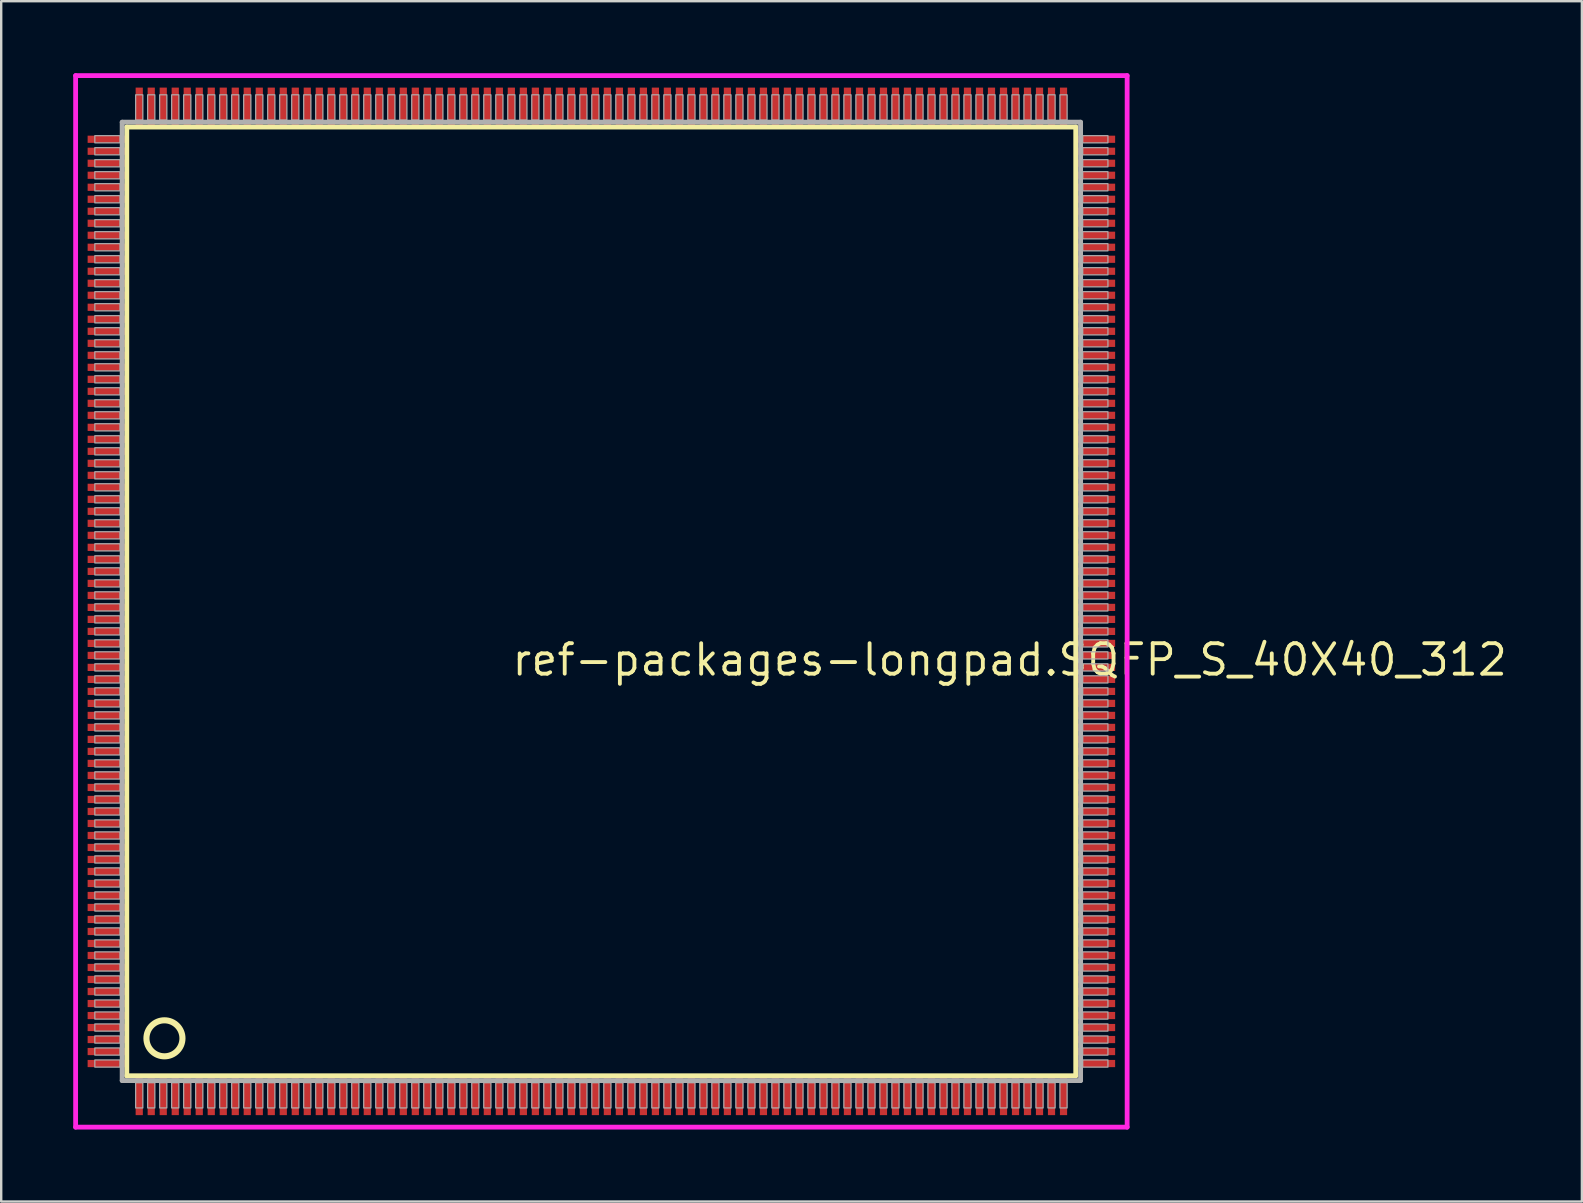
<source format=kicad_pcb>
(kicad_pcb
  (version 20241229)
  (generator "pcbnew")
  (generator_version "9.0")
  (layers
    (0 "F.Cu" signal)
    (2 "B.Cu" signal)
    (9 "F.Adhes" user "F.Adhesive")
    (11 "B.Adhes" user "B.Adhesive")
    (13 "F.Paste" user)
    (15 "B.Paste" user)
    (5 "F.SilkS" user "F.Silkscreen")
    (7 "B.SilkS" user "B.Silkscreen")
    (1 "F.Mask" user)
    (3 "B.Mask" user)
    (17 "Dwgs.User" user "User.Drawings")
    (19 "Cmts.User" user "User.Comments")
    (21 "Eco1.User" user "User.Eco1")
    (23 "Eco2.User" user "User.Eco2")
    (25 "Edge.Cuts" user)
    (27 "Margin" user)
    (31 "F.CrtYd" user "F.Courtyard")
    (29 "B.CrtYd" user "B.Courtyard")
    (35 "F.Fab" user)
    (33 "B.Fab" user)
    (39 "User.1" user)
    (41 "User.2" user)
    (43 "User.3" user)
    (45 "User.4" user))
  (footprint "ref-packages-longpad.SQFP_S_40X40_312"
    (layer "F.Cu")
    (at 22 22)
    (property "Reference" "ref-packages-longpad.SQFP_S_40X40_312" (at -3.81 3.175 0) (layer "F.SilkS") (effects (font (size 1.27 1.27) (thickness 0.16)) (justify left bottom)))
    (attr smd)
    (fp_line (start -19.77 -19.76) (end 19.76 -19.76) (stroke (width 0.203) (type default)) (layer "F.SilkS"))
    (fp_line (start -19.77 19.76) (end -19.77 -19.76) (stroke (width 0.203) (type default)) (layer "F.SilkS"))
    (fp_line (start 19.76 19.76) (end -19.77 19.76) (stroke (width 0.203) (type default)) (layer "F.SilkS"))
    (fp_line (start 19.76 -19.76) (end 19.76 19.76) (stroke (width 0.203) (type default)) (layer "F.SilkS"))
    (fp_circle (center -18.2 18.2) (end -17.45 18.2) (stroke (width 0.254) (type default)) (fill no) (layer "F.SilkS"))
    (fp_line (start -21.9 -21.9) (end 21.9 -21.9) (stroke (width 0.2) (type default)) (layer "F.CrtYd"))
    (fp_line (start -21.9 21.9) (end -21.9 -21.9) (stroke (width 0.2) (type default)) (layer "F.CrtYd"))
    (fp_line (start 21.9 -21.9) (end 21.9 21.9) (stroke (width 0.2) (type default)) (layer "F.CrtYd"))
    (fp_line (start 21.9 21.9) (end -21.9 21.9) (stroke (width 0.2) (type default)) (layer "F.CrtYd"))
    (fp_line (start -19.96 -19.96) (end -19.96 19.96) (stroke (width 0.203) (type default)) (layer "F.Fab"))
    (fp_line (start -19.96 19.96) (end 19.96 19.96) (stroke (width 0.203) (type default)) (layer "F.Fab"))
    (fp_line (start 19.96 -19.96) (end -19.96 -19.96) (stroke (width 0.203) (type default)) (layer "F.Fab"))
    (fp_line (start 19.96 19.96) (end 19.96 -19.96) (stroke (width 0.203) (type default)) (layer "F.Fab"))
    (fp_rect (start -21.1 -19.1) (end -20.05 -19.4) (stroke (width 0.05) (type default)) (fill no) (layer "F.Fab"))
    (fp_rect (start -21.1 -18.6) (end -20.05 -18.9) (stroke (width 0.05) (type default)) (fill no) (layer "F.Fab"))
    (fp_rect (start -21.1 -18.1) (end -20.05 -18.4) (stroke (width 0.05) (type default)) (fill no) (layer "F.Fab"))
    (fp_rect (start -21.1 -17.6) (end -20.05 -17.9) (stroke (width 0.05) (type default)) (fill no) (layer "F.Fab"))
    (fp_rect (start -21.1 -17.1) (end -20.05 -17.4) (stroke (width 0.05) (type default)) (fill no) (layer "F.Fab"))
    (fp_rect (start -21.1 -16.6) (end -20.05 -16.9) (stroke (width 0.05) (type default)) (fill no) (layer "F.Fab"))
    (fp_rect (start -21.1 -16.1) (end -20.05 -16.4) (stroke (width 0.05) (type default)) (fill no) (layer "F.Fab"))
    (fp_rect (start -21.1 -15.6) (end -20.05 -15.9) (stroke (width 0.05) (type default)) (fill no) (layer "F.Fab"))
    (fp_rect (start -21.1 -15.1) (end -20.05 -15.4) (stroke (width 0.05) (type default)) (fill no) (layer "F.Fab"))
    (fp_rect (start -21.1 -14.6) (end -20.05 -14.9) (stroke (width 0.05) (type default)) (fill no) (layer "F.Fab"))
    (fp_rect (start -21.1 -14.1) (end -20.05 -14.4) (stroke (width 0.05) (type default)) (fill no) (layer "F.Fab"))
    (fp_rect (start -21.1 -13.6) (end -20.05 -13.9) (stroke (width 0.05) (type default)) (fill no) (layer "F.Fab"))
    (fp_rect (start -21.1 -13.1) (end -20.05 -13.4) (stroke (width 0.05) (type default)) (fill no) (layer "F.Fab"))
    (fp_rect (start -21.1 -12.6) (end -20.05 -12.9) (stroke (width 0.05) (type default)) (fill no) (layer "F.Fab"))
    (fp_rect (start -21.1 -12.1) (end -20.05 -12.4) (stroke (width 0.05) (type default)) (fill no) (layer "F.Fab"))
    (fp_rect (start -21.1 -11.6) (end -20.05 -11.9) (stroke (width 0.05) (type default)) (fill no) (layer "F.Fab"))
    (fp_rect (start -21.1 -11.1) (end -20.05 -11.4) (stroke (width 0.05) (type default)) (fill no) (layer "F.Fab"))
    (fp_rect (start -21.1 -10.6) (end -20.05 -10.9) (stroke (width 0.05) (type default)) (fill no) (layer "F.Fab"))
    (fp_rect (start -21.1 -10.1) (end -20.05 -10.4) (stroke (width 0.05) (type default)) (fill no) (layer "F.Fab"))
    (fp_rect (start -21.1 -9.6) (end -20.05 -9.9) (stroke (width 0.05) (type default)) (fill no) (layer "F.Fab"))
    (fp_rect (start -21.1 -9.1) (end -20.05 -9.4) (stroke (width 0.05) (type default)) (fill no) (layer "F.Fab"))
    (fp_rect (start -21.1 -8.6) (end -20.05 -8.9) (stroke (width 0.05) (type default)) (fill no) (layer "F.Fab"))
    (fp_rect (start -21.1 -8.1) (end -20.05 -8.4) (stroke (width 0.05) (type default)) (fill no) (layer "F.Fab"))
    (fp_rect (start -21.1 -7.6) (end -20.05 -7.9) (stroke (width 0.05) (type default)) (fill no) (layer "F.Fab"))
    (fp_rect (start -21.1 -7.1) (end -20.05 -7.4) (stroke (width 0.05) (type default)) (fill no) (layer "F.Fab"))
    (fp_rect (start -21.1 -6.6) (end -20.05 -6.9) (stroke (width 0.05) (type default)) (fill no) (layer "F.Fab"))
    (fp_rect (start -21.1 -6.1) (end -20.05 -6.4) (stroke (width 0.05) (type default)) (fill no) (layer "F.Fab"))
    (fp_rect (start -21.1 -5.6) (end -20.05 -5.9) (stroke (width 0.05) (type default)) (fill no) (layer "F.Fab"))
    (fp_rect (start -21.1 -5.1) (end -20.05 -5.4) (stroke (width 0.05) (type default)) (fill no) (layer "F.Fab"))
    (fp_rect (start -21.1 -4.6) (end -20.05 -4.9) (stroke (width 0.05) (type default)) (fill no) (layer "F.Fab"))
    (fp_rect (start -21.1 -4.1) (end -20.05 -4.4) (stroke (width 0.05) (type default)) (fill no) (layer "F.Fab"))
    (fp_rect (start -21.1 -3.6) (end -20.05 -3.9) (stroke (width 0.05) (type default)) (fill no) (layer "F.Fab"))
    (fp_rect (start -21.1 -3.1) (end -20.05 -3.4) (stroke (width 0.05) (type default)) (fill no) (layer "F.Fab"))
    (fp_rect (start -21.1 -2.6) (end -20.05 -2.9) (stroke (width 0.05) (type default)) (fill no) (layer "F.Fab"))
    (fp_rect (start -21.1 -2.1) (end -20.05 -2.4) (stroke (width 0.05) (type default)) (fill no) (layer "F.Fab"))
    (fp_rect (start -21.1 -1.6) (end -20.05 -1.9) (stroke (width 0.05) (type default)) (fill no) (layer "F.Fab"))
    (fp_rect (start -21.1 -1.1) (end -20.05 -1.4) (stroke (width 0.05) (type default)) (fill no) (layer "F.Fab"))
    (fp_rect (start -21.1 -0.6) (end -20.05 -0.9) (stroke (width 0.05) (type default)) (fill no) (layer "F.Fab"))
    (fp_rect (start -21.1 -0.1) (end -20.05 -0.4) (stroke (width 0.05) (type default)) (fill no) (layer "F.Fab"))
    (fp_rect (start -21.1 0.4) (end -20.05 0.1) (stroke (width 0.05) (type default)) (fill no) (layer "F.Fab"))
    (fp_rect (start -21.1 0.9) (end -20.05 0.6) (stroke (width 0.05) (type default)) (fill no) (layer "F.Fab"))
    (fp_rect (start -21.1 1.4) (end -20.05 1.1) (stroke (width 0.05) (type default)) (fill no) (layer "F.Fab"))
    (fp_rect (start -21.1 1.9) (end -20.05 1.6) (stroke (width 0.05) (type default)) (fill no) (layer "F.Fab"))
    (fp_rect (start -21.1 2.4) (end -20.05 2.1) (stroke (width 0.05) (type default)) (fill no) (layer "F.Fab"))
    (fp_rect (start -21.1 2.9) (end -20.05 2.6) (stroke (width 0.05) (type default)) (fill no) (layer "F.Fab"))
    (fp_rect (start -21.1 3.4) (end -20.05 3.1) (stroke (width 0.05) (type default)) (fill no) (layer "F.Fab"))
    (fp_rect (start -21.1 3.9) (end -20.05 3.6) (stroke (width 0.05) (type default)) (fill no) (layer "F.Fab"))
    (fp_rect (start -21.1 4.4) (end -20.05 4.1) (stroke (width 0.05) (type default)) (fill no) (layer "F.Fab"))
    (fp_rect (start -21.1 4.9) (end -20.05 4.6) (stroke (width 0.05) (type default)) (fill no) (layer "F.Fab"))
    (fp_rect (start -21.1 5.4) (end -20.05 5.1) (stroke (width 0.05) (type default)) (fill no) (layer "F.Fab"))
    (fp_rect (start -21.1 5.9) (end -20.05 5.6) (stroke (width 0.05) (type default)) (fill no) (layer "F.Fab"))
    (fp_rect (start -21.1 6.4) (end -20.05 6.1) (stroke (width 0.05) (type default)) (fill no) (layer "F.Fab"))
    (fp_rect (start -21.1 6.9) (end -20.05 6.6) (stroke (width 0.05) (type default)) (fill no) (layer "F.Fab"))
    (fp_rect (start -21.1 7.4) (end -20.05 7.1) (stroke (width 0.05) (type default)) (fill no) (layer "F.Fab"))
    (fp_rect (start -21.1 7.9) (end -20.05 7.6) (stroke (width 0.05) (type default)) (fill no) (layer "F.Fab"))
    (fp_rect (start -21.1 8.4) (end -20.05 8.1) (stroke (width 0.05) (type default)) (fill no) (layer "F.Fab"))
    (fp_rect (start -21.1 8.9) (end -20.05 8.6) (stroke (width 0.05) (type default)) (fill no) (layer "F.Fab"))
    (fp_rect (start -21.1 9.4) (end -20.05 9.1) (stroke (width 0.05) (type default)) (fill no) (layer "F.Fab"))
    (fp_rect (start -21.1 9.9) (end -20.05 9.6) (stroke (width 0.05) (type default)) (fill no) (layer "F.Fab"))
    (fp_rect (start -21.1 10.4) (end -20.05 10.1) (stroke (width 0.05) (type default)) (fill no) (layer "F.Fab"))
    (fp_rect (start -21.1 10.9) (end -20.05 10.6) (stroke (width 0.05) (type default)) (fill no) (layer "F.Fab"))
    (fp_rect (start -21.1 11.4) (end -20.05 11.1) (stroke (width 0.05) (type default)) (fill no) (layer "F.Fab"))
    (fp_rect (start -21.1 11.9) (end -20.05 11.6) (stroke (width 0.05) (type default)) (fill no) (layer "F.Fab"))
    (fp_rect (start -21.1 12.4) (end -20.05 12.1) (stroke (width 0.05) (type default)) (fill no) (layer "F.Fab"))
    (fp_rect (start -21.1 12.9) (end -20.05 12.6) (stroke (width 0.05) (type default)) (fill no) (layer "F.Fab"))
    (fp_rect (start -21.1 13.4) (end -20.05 13.1) (stroke (width 0.05) (type default)) (fill no) (layer "F.Fab"))
    (fp_rect (start -21.1 13.9) (end -20.05 13.6) (stroke (width 0.05) (type default)) (fill no) (layer "F.Fab"))
    (fp_rect (start -21.1 14.4) (end -20.05 14.1) (stroke (width 0.05) (type default)) (fill no) (layer "F.Fab"))
    (fp_rect (start -21.1 14.9) (end -20.05 14.6) (stroke (width 0.05) (type default)) (fill no) (layer "F.Fab"))
    (fp_rect (start -21.1 15.4) (end -20.05 15.1) (stroke (width 0.05) (type default)) (fill no) (layer "F.Fab"))
    (fp_rect (start -21.1 15.9) (end -20.05 15.6) (stroke (width 0.05) (type default)) (fill no) (layer "F.Fab"))
    (fp_rect (start -21.1 16.4) (end -20.05 16.1) (stroke (width 0.05) (type default)) (fill no) (layer "F.Fab"))
    (fp_rect (start -21.1 16.9) (end -20.05 16.6) (stroke (width 0.05) (type default)) (fill no) (layer "F.Fab"))
    (fp_rect (start -21.1 17.4) (end -20.05 17.1) (stroke (width 0.05) (type default)) (fill no) (layer "F.Fab"))
    (fp_rect (start -21.1 17.9) (end -20.05 17.6) (stroke (width 0.05) (type default)) (fill no) (layer "F.Fab"))
    (fp_rect (start -21.1 18.4) (end -20.05 18.1) (stroke (width 0.05) (type default)) (fill no) (layer "F.Fab"))
    (fp_rect (start -21.1 18.9) (end -20.05 18.6) (stroke (width 0.05) (type default)) (fill no) (layer "F.Fab"))
    (fp_rect (start -21.1 19.4) (end -20.05 19.1) (stroke (width 0.05) (type default)) (fill no) (layer "F.Fab"))
    (fp_rect (start -19.4 -20.05) (end -19.1 -21.1) (stroke (width 0.05) (type default)) (fill no) (layer "F.Fab"))
    (fp_rect (start -19.4 21.1) (end -19.1 20.05) (stroke (width 0.05) (type default)) (fill no) (layer "F.Fab"))
    (fp_rect (start -18.9 -20.05) (end -18.6 -21.1) (stroke (width 0.05) (type default)) (fill no) (layer "F.Fab"))
    (fp_rect (start -18.9 21.1) (end -18.6 20.05) (stroke (width 0.05) (type default)) (fill no) (layer "F.Fab"))
    (fp_rect (start -18.4 -20.05) (end -18.1 -21.1) (stroke (width 0.05) (type default)) (fill no) (layer "F.Fab"))
    (fp_rect (start -18.4 21.1) (end -18.1 20.05) (stroke (width 0.05) (type default)) (fill no) (layer "F.Fab"))
    (fp_rect (start -17.9 -20.05) (end -17.6 -21.1) (stroke (width 0.05) (type default)) (fill no) (layer "F.Fab"))
    (fp_rect (start -17.9 21.1) (end -17.6 20.05) (stroke (width 0.05) (type default)) (fill no) (layer "F.Fab"))
    (fp_rect (start -17.4 -20.05) (end -17.1 -21.1) (stroke (width 0.05) (type default)) (fill no) (layer "F.Fab"))
    (fp_rect (start -17.4 21.1) (end -17.1 20.05) (stroke (width 0.05) (type default)) (fill no) (layer "F.Fab"))
    (fp_rect (start -16.9 -20.05) (end -16.6 -21.1) (stroke (width 0.05) (type default)) (fill no) (layer "F.Fab"))
    (fp_rect (start -16.9 21.1) (end -16.6 20.05) (stroke (width 0.05) (type default)) (fill no) (layer "F.Fab"))
    (fp_rect (start -16.4 -20.05) (end -16.1 -21.1) (stroke (width 0.05) (type default)) (fill no) (layer "F.Fab"))
    (fp_rect (start -16.4 21.1) (end -16.1 20.05) (stroke (width 0.05) (type default)) (fill no) (layer "F.Fab"))
    (fp_rect (start -15.9 -20.05) (end -15.6 -21.1) (stroke (width 0.05) (type default)) (fill no) (layer "F.Fab"))
    (fp_rect (start -15.9 21.1) (end -15.6 20.05) (stroke (width 0.05) (type default)) (fill no) (layer "F.Fab"))
    (fp_rect (start -15.4 -20.05) (end -15.1 -21.1) (stroke (width 0.05) (type default)) (fill no) (layer "F.Fab"))
    (fp_rect (start -15.4 21.1) (end -15.1 20.05) (stroke (width 0.05) (type default)) (fill no) (layer "F.Fab"))
    (fp_rect (start -14.9 -20.05) (end -14.6 -21.1) (stroke (width 0.05) (type default)) (fill no) (layer "F.Fab"))
    (fp_rect (start -14.9 21.1) (end -14.6 20.05) (stroke (width 0.05) (type default)) (fill no) (layer "F.Fab"))
    (fp_rect (start -14.4 -20.05) (end -14.1 -21.1) (stroke (width 0.05) (type default)) (fill no) (layer "F.Fab"))
    (fp_rect (start -14.4 21.1) (end -14.1 20.05) (stroke (width 0.05) (type default)) (fill no) (layer "F.Fab"))
    (fp_rect (start -13.9 -20.05) (end -13.6 -21.1) (stroke (width 0.05) (type default)) (fill no) (layer "F.Fab"))
    (fp_rect (start -13.9 21.1) (end -13.6 20.05) (stroke (width 0.05) (type default)) (fill no) (layer "F.Fab"))
    (fp_rect (start -13.4 -20.05) (end -13.1 -21.1) (stroke (width 0.05) (type default)) (fill no) (layer "F.Fab"))
    (fp_rect (start -13.4 21.1) (end -13.1 20.05) (stroke (width 0.05) (type default)) (fill no) (layer "F.Fab"))
    (fp_rect (start -12.9 -20.05) (end -12.6 -21.1) (stroke (width 0.05) (type default)) (fill no) (layer "F.Fab"))
    (fp_rect (start -12.9 21.1) (end -12.6 20.05) (stroke (width 0.05) (type default)) (fill no) (layer "F.Fab"))
    (fp_rect (start -12.4 -20.05) (end -12.1 -21.1) (stroke (width 0.05) (type default)) (fill no) (layer "F.Fab"))
    (fp_rect (start -12.4 21.1) (end -12.1 20.05) (stroke (width 0.05) (type default)) (fill no) (layer "F.Fab"))
    (fp_rect (start -11.9 -20.05) (end -11.6 -21.1) (stroke (width 0.05) (type default)) (fill no) (layer "F.Fab"))
    (fp_rect (start -11.9 21.1) (end -11.6 20.05) (stroke (width 0.05) (type default)) (fill no) (layer "F.Fab"))
    (fp_rect (start -11.4 -20.05) (end -11.1 -21.1) (stroke (width 0.05) (type default)) (fill no) (layer "F.Fab"))
    (fp_rect (start -11.4 21.1) (end -11.1 20.05) (stroke (width 0.05) (type default)) (fill no) (layer "F.Fab"))
    (fp_rect (start -10.9 -20.05) (end -10.6 -21.1) (stroke (width 0.05) (type default)) (fill no) (layer "F.Fab"))
    (fp_rect (start -10.9 21.1) (end -10.6 20.05) (stroke (width 0.05) (type default)) (fill no) (layer "F.Fab"))
    (fp_rect (start -10.4 -20.05) (end -10.1 -21.1) (stroke (width 0.05) (type default)) (fill no) (layer "F.Fab"))
    (fp_rect (start -10.4 21.1) (end -10.1 20.05) (stroke (width 0.05) (type default)) (fill no) (layer "F.Fab"))
    (fp_rect (start -9.9 -20.05) (end -9.6 -21.1) (stroke (width 0.05) (type default)) (fill no) (layer "F.Fab"))
    (fp_rect (start -9.9 21.1) (end -9.6 20.05) (stroke (width 0.05) (type default)) (fill no) (layer "F.Fab"))
    (fp_rect (start -9.4 -20.05) (end -9.1 -21.1) (stroke (width 0.05) (type default)) (fill no) (layer "F.Fab"))
    (fp_rect (start -9.4 21.1) (end -9.1 20.05) (stroke (width 0.05) (type default)) (fill no) (layer "F.Fab"))
    (fp_rect (start -8.9 -20.05) (end -8.6 -21.1) (stroke (width 0.05) (type default)) (fill no) (layer "F.Fab"))
    (fp_rect (start -8.9 21.1) (end -8.6 20.05) (stroke (width 0.05) (type default)) (fill no) (layer "F.Fab"))
    (fp_rect (start -8.4 -20.05) (end -8.1 -21.1) (stroke (width 0.05) (type default)) (fill no) (layer "F.Fab"))
    (fp_rect (start -8.4 21.1) (end -8.1 20.05) (stroke (width 0.05) (type default)) (fill no) (layer "F.Fab"))
    (fp_rect (start -7.9 -20.05) (end -7.6 -21.1) (stroke (width 0.05) (type default)) (fill no) (layer "F.Fab"))
    (fp_rect (start -7.9 21.1) (end -7.6 20.05) (stroke (width 0.05) (type default)) (fill no) (layer "F.Fab"))
    (fp_rect (start -7.4 -20.05) (end -7.1 -21.1) (stroke (width 0.05) (type default)) (fill no) (layer "F.Fab"))
    (fp_rect (start -7.4 21.1) (end -7.1 20.05) (stroke (width 0.05) (type default)) (fill no) (layer "F.Fab"))
    (fp_rect (start -6.9 -20.05) (end -6.6 -21.1) (stroke (width 0.05) (type default)) (fill no) (layer "F.Fab"))
    (fp_rect (start -6.9 21.1) (end -6.6 20.05) (stroke (width 0.05) (type default)) (fill no) (layer "F.Fab"))
    (fp_rect (start -6.4 -20.05) (end -6.1 -21.1) (stroke (width 0.05) (type default)) (fill no) (layer "F.Fab"))
    (fp_rect (start -6.4 21.1) (end -6.1 20.05) (stroke (width 0.05) (type default)) (fill no) (layer "F.Fab"))
    (fp_rect (start -5.9 -20.05) (end -5.6 -21.1) (stroke (width 0.05) (type default)) (fill no) (layer "F.Fab"))
    (fp_rect (start -5.9 21.1) (end -5.6 20.05) (stroke (width 0.05) (type default)) (fill no) (layer "F.Fab"))
    (fp_rect (start -5.4 -20.05) (end -5.1 -21.1) (stroke (width 0.05) (type default)) (fill no) (layer "F.Fab"))
    (fp_rect (start -5.4 21.1) (end -5.1 20.05) (stroke (width 0.05) (type default)) (fill no) (layer "F.Fab"))
    (fp_rect (start -4.9 -20.05) (end -4.6 -21.1) (stroke (width 0.05) (type default)) (fill no) (layer "F.Fab"))
    (fp_rect (start -4.9 21.1) (end -4.6 20.05) (stroke (width 0.05) (type default)) (fill no) (layer "F.Fab"))
    (fp_rect (start -4.4 -20.05) (end -4.1 -21.1) (stroke (width 0.05) (type default)) (fill no) (layer "F.Fab"))
    (fp_rect (start -4.4 21.1) (end -4.1 20.05) (stroke (width 0.05) (type default)) (fill no) (layer "F.Fab"))
    (fp_rect (start -3.9 -20.05) (end -3.6 -21.1) (stroke (width 0.05) (type default)) (fill no) (layer "F.Fab"))
    (fp_rect (start -3.9 21.1) (end -3.6 20.05) (stroke (width 0.05) (type default)) (fill no) (layer "F.Fab"))
    (fp_rect (start -3.4 -20.05) (end -3.1 -21.1) (stroke (width 0.05) (type default)) (fill no) (layer "F.Fab"))
    (fp_rect (start -3.4 21.1) (end -3.1 20.05) (stroke (width 0.05) (type default)) (fill no) (layer "F.Fab"))
    (fp_rect (start -2.9 -20.05) (end -2.6 -21.1) (stroke (width 0.05) (type default)) (fill no) (layer "F.Fab"))
    (fp_rect (start -2.9 21.1) (end -2.6 20.05) (stroke (width 0.05) (type default)) (fill no) (layer "F.Fab"))
    (fp_rect (start -2.4 -20.05) (end -2.1 -21.1) (stroke (width 0.05) (type default)) (fill no) (layer "F.Fab"))
    (fp_rect (start -2.4 21.1) (end -2.1 20.05) (stroke (width 0.05) (type default)) (fill no) (layer "F.Fab"))
    (fp_rect (start -1.9 -20.05) (end -1.6 -21.1) (stroke (width 0.05) (type default)) (fill no) (layer "F.Fab"))
    (fp_rect (start -1.9 21.1) (end -1.6 20.05) (stroke (width 0.05) (type default)) (fill no) (layer "F.Fab"))
    (fp_rect (start -1.4 -20.05) (end -1.1 -21.1) (stroke (width 0.05) (type default)) (fill no) (layer "F.Fab"))
    (fp_rect (start -1.4 21.1) (end -1.1 20.05) (stroke (width 0.05) (type default)) (fill no) (layer "F.Fab"))
    (fp_rect (start -0.9 -20.05) (end -0.6 -21.1) (stroke (width 0.05) (type default)) (fill no) (layer "F.Fab"))
    (fp_rect (start -0.9 21.1) (end -0.6 20.05) (stroke (width 0.05) (type default)) (fill no) (layer "F.Fab"))
    (fp_rect (start -0.4 -20.05) (end -0.1 -21.1) (stroke (width 0.05) (type default)) (fill no) (layer "F.Fab"))
    (fp_rect (start -0.4 21.1) (end -0.1 20.05) (stroke (width 0.05) (type default)) (fill no) (layer "F.Fab"))
    (fp_rect (start 0.1 -20.05) (end 0.4 -21.1) (stroke (width 0.05) (type default)) (fill no) (layer "F.Fab"))
    (fp_rect (start 0.1 21.1) (end 0.4 20.05) (stroke (width 0.05) (type default)) (fill no) (layer "F.Fab"))
    (fp_rect (start 0.6 -20.05) (end 0.9 -21.1) (stroke (width 0.05) (type default)) (fill no) (layer "F.Fab"))
    (fp_rect (start 0.6 21.1) (end 0.9 20.05) (stroke (width 0.05) (type default)) (fill no) (layer "F.Fab"))
    (fp_rect (start 1.1 -20.05) (end 1.4 -21.1) (stroke (width 0.05) (type default)) (fill no) (layer "F.Fab"))
    (fp_rect (start 1.1 21.1) (end 1.4 20.05) (stroke (width 0.05) (type default)) (fill no) (layer "F.Fab"))
    (fp_rect (start 1.6 -20.05) (end 1.9 -21.1) (stroke (width 0.05) (type default)) (fill no) (layer "F.Fab"))
    (fp_rect (start 1.6 21.1) (end 1.9 20.05) (stroke (width 0.05) (type default)) (fill no) (layer "F.Fab"))
    (fp_rect (start 2.1 -20.05) (end 2.4 -21.1) (stroke (width 0.05) (type default)) (fill no) (layer "F.Fab"))
    (fp_rect (start 2.1 21.1) (end 2.4 20.05) (stroke (width 0.05) (type default)) (fill no) (layer "F.Fab"))
    (fp_rect (start 2.6 -20.05) (end 2.9 -21.1) (stroke (width 0.05) (type default)) (fill no) (layer "F.Fab"))
    (fp_rect (start 2.6 21.1) (end 2.9 20.05) (stroke (width 0.05) (type default)) (fill no) (layer "F.Fab"))
    (fp_rect (start 3.1 -20.05) (end 3.4 -21.1) (stroke (width 0.05) (type default)) (fill no) (layer "F.Fab"))
    (fp_rect (start 3.1 21.1) (end 3.4 20.05) (stroke (width 0.05) (type default)) (fill no) (layer "F.Fab"))
    (fp_rect (start 3.6 -20.05) (end 3.9 -21.1) (stroke (width 0.05) (type default)) (fill no) (layer "F.Fab"))
    (fp_rect (start 3.6 21.1) (end 3.9 20.05) (stroke (width 0.05) (type default)) (fill no) (layer "F.Fab"))
    (fp_rect (start 4.1 -20.05) (end 4.4 -21.1) (stroke (width 0.05) (type default)) (fill no) (layer "F.Fab"))
    (fp_rect (start 4.1 21.1) (end 4.4 20.05) (stroke (width 0.05) (type default)) (fill no) (layer "F.Fab"))
    (fp_rect (start 4.6 -20.05) (end 4.9 -21.1) (stroke (width 0.05) (type default)) (fill no) (layer "F.Fab"))
    (fp_rect (start 4.6 21.1) (end 4.9 20.05) (stroke (width 0.05) (type default)) (fill no) (layer "F.Fab"))
    (fp_rect (start 5.1 -20.05) (end 5.4 -21.1) (stroke (width 0.05) (type default)) (fill no) (layer "F.Fab"))
    (fp_rect (start 5.1 21.1) (end 5.4 20.05) (stroke (width 0.05) (type default)) (fill no) (layer "F.Fab"))
    (fp_rect (start 5.6 -20.05) (end 5.9 -21.1) (stroke (width 0.05) (type default)) (fill no) (layer "F.Fab"))
    (fp_rect (start 5.6 21.1) (end 5.9 20.05) (stroke (width 0.05) (type default)) (fill no) (layer "F.Fab"))
    (fp_rect (start 6.1 -20.05) (end 6.4 -21.1) (stroke (width 0.05) (type default)) (fill no) (layer "F.Fab"))
    (fp_rect (start 6.1 21.1) (end 6.4 20.05) (stroke (width 0.05) (type default)) (fill no) (layer "F.Fab"))
    (fp_rect (start 6.6 -20.05) (end 6.9 -21.1) (stroke (width 0.05) (type default)) (fill no) (layer "F.Fab"))
    (fp_rect (start 6.6 21.1) (end 6.9 20.05) (stroke (width 0.05) (type default)) (fill no) (layer "F.Fab"))
    (fp_rect (start 7.1 -20.05) (end 7.4 -21.1) (stroke (width 0.05) (type default)) (fill no) (layer "F.Fab"))
    (fp_rect (start 7.1 21.1) (end 7.4 20.05) (stroke (width 0.05) (type default)) (fill no) (layer "F.Fab"))
    (fp_rect (start 7.6 -20.05) (end 7.9 -21.1) (stroke (width 0.05) (type default)) (fill no) (layer "F.Fab"))
    (fp_rect (start 7.6 21.1) (end 7.9 20.05) (stroke (width 0.05) (type default)) (fill no) (layer "F.Fab"))
    (fp_rect (start 8.1 -20.05) (end 8.4 -21.1) (stroke (width 0.05) (type default)) (fill no) (layer "F.Fab"))
    (fp_rect (start 8.1 21.1) (end 8.4 20.05) (stroke (width 0.05) (type default)) (fill no) (layer "F.Fab"))
    (fp_rect (start 8.6 -20.05) (end 8.9 -21.1) (stroke (width 0.05) (type default)) (fill no) (layer "F.Fab"))
    (fp_rect (start 8.6 21.1) (end 8.9 20.05) (stroke (width 0.05) (type default)) (fill no) (layer "F.Fab"))
    (fp_rect (start 9.1 -20.05) (end 9.4 -21.1) (stroke (width 0.05) (type default)) (fill no) (layer "F.Fab"))
    (fp_rect (start 9.1 21.1) (end 9.4 20.05) (stroke (width 0.05) (type default)) (fill no) (layer "F.Fab"))
    (fp_rect (start 9.6 -20.05) (end 9.9 -21.1) (stroke (width 0.05) (type default)) (fill no) (layer "F.Fab"))
    (fp_rect (start 9.6 21.1) (end 9.9 20.05) (stroke (width 0.05) (type default)) (fill no) (layer "F.Fab"))
    (fp_rect (start 10.1 -20.05) (end 10.4 -21.1) (stroke (width 0.05) (type default)) (fill no) (layer "F.Fab"))
    (fp_rect (start 10.1 21.1) (end 10.4 20.05) (stroke (width 0.05) (type default)) (fill no) (layer "F.Fab"))
    (fp_rect (start 10.6 -20.05) (end 10.9 -21.1) (stroke (width 0.05) (type default)) (fill no) (layer "F.Fab"))
    (fp_rect (start 10.6 21.1) (end 10.9 20.05) (stroke (width 0.05) (type default)) (fill no) (layer "F.Fab"))
    (fp_rect (start 11.1 -20.05) (end 11.4 -21.1) (stroke (width 0.05) (type default)) (fill no) (layer "F.Fab"))
    (fp_rect (start 11.1 21.1) (end 11.4 20.05) (stroke (width 0.05) (type default)) (fill no) (layer "F.Fab"))
    (fp_rect (start 11.6 -20.05) (end 11.9 -21.1) (stroke (width 0.05) (type default)) (fill no) (layer "F.Fab"))
    (fp_rect (start 11.6 21.1) (end 11.9 20.05) (stroke (width 0.05) (type default)) (fill no) (layer "F.Fab"))
    (fp_rect (start 12.1 -20.05) (end 12.4 -21.1) (stroke (width 0.05) (type default)) (fill no) (layer "F.Fab"))
    (fp_rect (start 12.1 21.1) (end 12.4 20.05) (stroke (width 0.05) (type default)) (fill no) (layer "F.Fab"))
    (fp_rect (start 12.6 -20.05) (end 12.9 -21.1) (stroke (width 0.05) (type default)) (fill no) (layer "F.Fab"))
    (fp_rect (start 12.6 21.1) (end 12.9 20.05) (stroke (width 0.05) (type default)) (fill no) (layer "F.Fab"))
    (fp_rect (start 13.1 -20.05) (end 13.4 -21.1) (stroke (width 0.05) (type default)) (fill no) (layer "F.Fab"))
    (fp_rect (start 13.1 21.1) (end 13.4 20.05) (stroke (width 0.05) (type default)) (fill no) (layer "F.Fab"))
    (fp_rect (start 13.6 -20.05) (end 13.9 -21.1) (stroke (width 0.05) (type default)) (fill no) (layer "F.Fab"))
    (fp_rect (start 13.6 21.1) (end 13.9 20.05) (stroke (width 0.05) (type default)) (fill no) (layer "F.Fab"))
    (fp_rect (start 14.1 -20.05) (end 14.4 -21.1) (stroke (width 0.05) (type default)) (fill no) (layer "F.Fab"))
    (fp_rect (start 14.1 21.1) (end 14.4 20.05) (stroke (width 0.05) (type default)) (fill no) (layer "F.Fab"))
    (fp_rect (start 14.6 -20.05) (end 14.9 -21.1) (stroke (width 0.05) (type default)) (fill no) (layer "F.Fab"))
    (fp_rect (start 14.6 21.1) (end 14.9 20.05) (stroke (width 0.05) (type default)) (fill no) (layer "F.Fab"))
    (fp_rect (start 15.1 -20.05) (end 15.4 -21.1) (stroke (width 0.05) (type default)) (fill no) (layer "F.Fab"))
    (fp_rect (start 15.1 21.1) (end 15.4 20.05) (stroke (width 0.05) (type default)) (fill no) (layer "F.Fab"))
    (fp_rect (start 15.6 -20.05) (end 15.9 -21.1) (stroke (width 0.05) (type default)) (fill no) (layer "F.Fab"))
    (fp_rect (start 15.6 21.1) (end 15.9 20.05) (stroke (width 0.05) (type default)) (fill no) (layer "F.Fab"))
    (fp_rect (start 16.1 -20.05) (end 16.4 -21.1) (stroke (width 0.05) (type default)) (fill no) (layer "F.Fab"))
    (fp_rect (start 16.1 21.1) (end 16.4 20.05) (stroke (width 0.05) (type default)) (fill no) (layer "F.Fab"))
    (fp_rect (start 16.6 -20.05) (end 16.9 -21.1) (stroke (width 0.05) (type default)) (fill no) (layer "F.Fab"))
    (fp_rect (start 16.6 21.1) (end 16.9 20.05) (stroke (width 0.05) (type default)) (fill no) (layer "F.Fab"))
    (fp_rect (start 17.1 -20.05) (end 17.4 -21.1) (stroke (width 0.05) (type default)) (fill no) (layer "F.Fab"))
    (fp_rect (start 17.1 21.1) (end 17.4 20.05) (stroke (width 0.05) (type default)) (fill no) (layer "F.Fab"))
    (fp_rect (start 17.6 -20.05) (end 17.9 -21.1) (stroke (width 0.05) (type default)) (fill no) (layer "F.Fab"))
    (fp_rect (start 17.6 21.1) (end 17.9 20.05) (stroke (width 0.05) (type default)) (fill no) (layer "F.Fab"))
    (fp_rect (start 18.1 -20.05) (end 18.4 -21.1) (stroke (width 0.05) (type default)) (fill no) (layer "F.Fab"))
    (fp_rect (start 18.1 21.1) (end 18.4 20.05) (stroke (width 0.05) (type default)) (fill no) (layer "F.Fab"))
    (fp_rect (start 18.6 -20.05) (end 18.9 -21.1) (stroke (width 0.05) (type default)) (fill no) (layer "F.Fab"))
    (fp_rect (start 18.6 21.1) (end 18.9 20.05) (stroke (width 0.05) (type default)) (fill no) (layer "F.Fab"))
    (fp_rect (start 19.1 -20.05) (end 19.4 -21.1) (stroke (width 0.05) (type default)) (fill no) (layer "F.Fab"))
    (fp_rect (start 19.1 21.1) (end 19.4 20.05) (stroke (width 0.05) (type default)) (fill no) (layer "F.Fab"))
    (fp_rect (start 20.05 -19.1) (end 21.1 -19.4) (stroke (width 0.05) (type default)) (fill no) (layer "F.Fab"))
    (fp_rect (start 20.05 -18.6) (end 21.1 -18.9) (stroke (width 0.05) (type default)) (fill no) (layer "F.Fab"))
    (fp_rect (start 20.05 -18.1) (end 21.1 -18.4) (stroke (width 0.05) (type default)) (fill no) (layer "F.Fab"))
    (fp_rect (start 20.05 -17.6) (end 21.1 -17.9) (stroke (width 0.05) (type default)) (fill no) (layer "F.Fab"))
    (fp_rect (start 20.05 -17.1) (end 21.1 -17.4) (stroke (width 0.05) (type default)) (fill no) (layer "F.Fab"))
    (fp_rect (start 20.05 -16.6) (end 21.1 -16.9) (stroke (width 0.05) (type default)) (fill no) (layer "F.Fab"))
    (fp_rect (start 20.05 -16.1) (end 21.1 -16.4) (stroke (width 0.05) (type default)) (fill no) (layer "F.Fab"))
    (fp_rect (start 20.05 -15.6) (end 21.1 -15.9) (stroke (width 0.05) (type default)) (fill no) (layer "F.Fab"))
    (fp_rect (start 20.05 -15.1) (end 21.1 -15.4) (stroke (width 0.05) (type default)) (fill no) (layer "F.Fab"))
    (fp_rect (start 20.05 -14.6) (end 21.1 -14.9) (stroke (width 0.05) (type default)) (fill no) (layer "F.Fab"))
    (fp_rect (start 20.05 -14.1) (end 21.1 -14.4) (stroke (width 0.05) (type default)) (fill no) (layer "F.Fab"))
    (fp_rect (start 20.05 -13.6) (end 21.1 -13.9) (stroke (width 0.05) (type default)) (fill no) (layer "F.Fab"))
    (fp_rect (start 20.05 -13.1) (end 21.1 -13.4) (stroke (width 0.05) (type default)) (fill no) (layer "F.Fab"))
    (fp_rect (start 20.05 -12.6) (end 21.1 -12.9) (stroke (width 0.05) (type default)) (fill no) (layer "F.Fab"))
    (fp_rect (start 20.05 -12.1) (end 21.1 -12.4) (stroke (width 0.05) (type default)) (fill no) (layer "F.Fab"))
    (fp_rect (start 20.05 -11.6) (end 21.1 -11.9) (stroke (width 0.05) (type default)) (fill no) (layer "F.Fab"))
    (fp_rect (start 20.05 -11.1) (end 21.1 -11.4) (stroke (width 0.05) (type default)) (fill no) (layer "F.Fab"))
    (fp_rect (start 20.05 -10.6) (end 21.1 -10.9) (stroke (width 0.05) (type default)) (fill no) (layer "F.Fab"))
    (fp_rect (start 20.05 -10.1) (end 21.1 -10.4) (stroke (width 0.05) (type default)) (fill no) (layer "F.Fab"))
    (fp_rect (start 20.05 -9.6) (end 21.1 -9.9) (stroke (width 0.05) (type default)) (fill no) (layer "F.Fab"))
    (fp_rect (start 20.05 -9.1) (end 21.1 -9.4) (stroke (width 0.05) (type default)) (fill no) (layer "F.Fab"))
    (fp_rect (start 20.05 -8.6) (end 21.1 -8.9) (stroke (width 0.05) (type default)) (fill no) (layer "F.Fab"))
    (fp_rect (start 20.05 -8.1) (end 21.1 -8.4) (stroke (width 0.05) (type default)) (fill no) (layer "F.Fab"))
    (fp_rect (start 20.05 -7.6) (end 21.1 -7.9) (stroke (width 0.05) (type default)) (fill no) (layer "F.Fab"))
    (fp_rect (start 20.05 -7.1) (end 21.1 -7.4) (stroke (width 0.05) (type default)) (fill no) (layer "F.Fab"))
    (fp_rect (start 20.05 -6.6) (end 21.1 -6.9) (stroke (width 0.05) (type default)) (fill no) (layer "F.Fab"))
    (fp_rect (start 20.05 -6.1) (end 21.1 -6.4) (stroke (width 0.05) (type default)) (fill no) (layer "F.Fab"))
    (fp_rect (start 20.05 -5.6) (end 21.1 -5.9) (stroke (width 0.05) (type default)) (fill no) (layer "F.Fab"))
    (fp_rect (start 20.05 -5.1) (end 21.1 -5.4) (stroke (width 0.05) (type default)) (fill no) (layer "F.Fab"))
    (fp_rect (start 20.05 -4.6) (end 21.1 -4.9) (stroke (width 0.05) (type default)) (fill no) (layer "F.Fab"))
    (fp_rect (start 20.05 -4.1) (end 21.1 -4.4) (stroke (width 0.05) (type default)) (fill no) (layer "F.Fab"))
    (fp_rect (start 20.05 -3.6) (end 21.1 -3.9) (stroke (width 0.05) (type default)) (fill no) (layer "F.Fab"))
    (fp_rect (start 20.05 -3.1) (end 21.1 -3.4) (stroke (width 0.05) (type default)) (fill no) (layer "F.Fab"))
    (fp_rect (start 20.05 -2.6) (end 21.1 -2.9) (stroke (width 0.05) (type default)) (fill no) (layer "F.Fab"))
    (fp_rect (start 20.05 -2.1) (end 21.1 -2.4) (stroke (width 0.05) (type default)) (fill no) (layer "F.Fab"))
    (fp_rect (start 20.05 -1.6) (end 21.1 -1.9) (stroke (width 0.05) (type default)) (fill no) (layer "F.Fab"))
    (fp_rect (start 20.05 -1.1) (end 21.1 -1.4) (stroke (width 0.05) (type default)) (fill no) (layer "F.Fab"))
    (fp_rect (start 20.05 -0.6) (end 21.1 -0.9) (stroke (width 0.05) (type default)) (fill no) (layer "F.Fab"))
    (fp_rect (start 20.05 -0.1) (end 21.1 -0.4) (stroke (width 0.05) (type default)) (fill no) (layer "F.Fab"))
    (fp_rect (start 20.05 0.4) (end 21.1 0.1) (stroke (width 0.05) (type default)) (fill no) (layer "F.Fab"))
    (fp_rect (start 20.05 0.9) (end 21.1 0.6) (stroke (width 0.05) (type default)) (fill no) (layer "F.Fab"))
    (fp_rect (start 20.05 1.4) (end 21.1 1.1) (stroke (width 0.05) (type default)) (fill no) (layer "F.Fab"))
    (fp_rect (start 20.05 1.9) (end 21.1 1.6) (stroke (width 0.05) (type default)) (fill no) (layer "F.Fab"))
    (fp_rect (start 20.05 2.4) (end 21.1 2.1) (stroke (width 0.05) (type default)) (fill no) (layer "F.Fab"))
    (fp_rect (start 20.05 2.9) (end 21.1 2.6) (stroke (width 0.05) (type default)) (fill no) (layer "F.Fab"))
    (fp_rect (start 20.05 3.4) (end 21.1 3.1) (stroke (width 0.05) (type default)) (fill no) (layer "F.Fab"))
    (fp_rect (start 20.05 3.9) (end 21.1 3.6) (stroke (width 0.05) (type default)) (fill no) (layer "F.Fab"))
    (fp_rect (start 20.05 4.4) (end 21.1 4.1) (stroke (width 0.05) (type default)) (fill no) (layer "F.Fab"))
    (fp_rect (start 20.05 4.9) (end 21.1 4.6) (stroke (width 0.05) (type default)) (fill no) (layer "F.Fab"))
    (fp_rect (start 20.05 5.4) (end 21.1 5.1) (stroke (width 0.05) (type default)) (fill no) (layer "F.Fab"))
    (fp_rect (start 20.05 5.9) (end 21.1 5.6) (stroke (width 0.05) (type default)) (fill no) (layer "F.Fab"))
    (fp_rect (start 20.05 6.4) (end 21.1 6.1) (stroke (width 0.05) (type default)) (fill no) (layer "F.Fab"))
    (fp_rect (start 20.05 6.9) (end 21.1 6.6) (stroke (width 0.05) (type default)) (fill no) (layer "F.Fab"))
    (fp_rect (start 20.05 7.4) (end 21.1 7.1) (stroke (width 0.05) (type default)) (fill no) (layer "F.Fab"))
    (fp_rect (start 20.05 7.9) (end 21.1 7.6) (stroke (width 0.05) (type default)) (fill no) (layer "F.Fab"))
    (fp_rect (start 20.05 8.4) (end 21.1 8.1) (stroke (width 0.05) (type default)) (fill no) (layer "F.Fab"))
    (fp_rect (start 20.05 8.9) (end 21.1 8.6) (stroke (width 0.05) (type default)) (fill no) (layer "F.Fab"))
    (fp_rect (start 20.05 9.4) (end 21.1 9.1) (stroke (width 0.05) (type default)) (fill no) (layer "F.Fab"))
    (fp_rect (start 20.05 9.9) (end 21.1 9.6) (stroke (width 0.05) (type default)) (fill no) (layer "F.Fab"))
    (fp_rect (start 20.05 10.4) (end 21.1 10.1) (stroke (width 0.05) (type default)) (fill no) (layer "F.Fab"))
    (fp_rect (start 20.05 10.9) (end 21.1 10.6) (stroke (width 0.05) (type default)) (fill no) (layer "F.Fab"))
    (fp_rect (start 20.05 11.4) (end 21.1 11.1) (stroke (width 0.05) (type default)) (fill no) (layer "F.Fab"))
    (fp_rect (start 20.05 11.9) (end 21.1 11.6) (stroke (width 0.05) (type default)) (fill no) (layer "F.Fab"))
    (fp_rect (start 20.05 12.4) (end 21.1 12.1) (stroke (width 0.05) (type default)) (fill no) (layer "F.Fab"))
    (fp_rect (start 20.05 12.9) (end 21.1 12.6) (stroke (width 0.05) (type default)) (fill no) (layer "F.Fab"))
    (fp_rect (start 20.05 13.4) (end 21.1 13.1) (stroke (width 0.05) (type default)) (fill no) (layer "F.Fab"))
    (fp_rect (start 20.05 13.9) (end 21.1 13.6) (stroke (width 0.05) (type default)) (fill no) (layer "F.Fab"))
    (fp_rect (start 20.05 14.4) (end 21.1 14.1) (stroke (width 0.05) (type default)) (fill no) (layer "F.Fab"))
    (fp_rect (start 20.05 14.9) (end 21.1 14.6) (stroke (width 0.05) (type default)) (fill no) (layer "F.Fab"))
    (fp_rect (start 20.05 15.4) (end 21.1 15.1) (stroke (width 0.05) (type default)) (fill no) (layer "F.Fab"))
    (fp_rect (start 20.05 15.9) (end 21.1 15.6) (stroke (width 0.05) (type default)) (fill no) (layer "F.Fab"))
    (fp_rect (start 20.05 16.4) (end 21.1 16.1) (stroke (width 0.05) (type default)) (fill no) (layer "F.Fab"))
    (fp_rect (start 20.05 16.9) (end 21.1 16.6) (stroke (width 0.05) (type default)) (fill no) (layer "F.Fab"))
    (fp_rect (start 20.05 17.4) (end 21.1 17.1) (stroke (width 0.05) (type default)) (fill no) (layer "F.Fab"))
    (fp_rect (start 20.05 17.9) (end 21.1 17.6) (stroke (width 0.05) (type default)) (fill no) (layer "F.Fab"))
    (fp_rect (start 20.05 18.4) (end 21.1 18.1) (stroke (width 0.05) (type default)) (fill no) (layer "F.Fab"))
    (fp_rect (start 20.05 18.9) (end 21.1 18.6) (stroke (width 0.05) (type default)) (fill no) (layer "F.Fab"))
    (fp_rect (start 20.05 19.4) (end 21.1 19.1) (stroke (width 0.05) (type default)) (fill no) (layer "F.Fab"))
    (pad "1" smd roundrect (at -19.25 20.6) (size 0.3 1.6) (layers "F.Cu" "F.Mask" "F.Paste") (roundrect_rratio 0.01))
    (pad "2" smd roundrect (at -18.75 20.6) (size 0.3 1.6) (layers "F.Cu" "F.Mask" "F.Paste") (roundrect_rratio 0.01))
    (pad "3" smd roundrect (at -18.25 20.6) (size 0.3 1.6) (layers "F.Cu" "F.Mask" "F.Paste") (roundrect_rratio 0.01))
    (pad "4" smd roundrect (at -17.75 20.6) (size 0.3 1.6) (layers "F.Cu" "F.Mask" "F.Paste") (roundrect_rratio 0.01))
    (pad "5" smd roundrect (at -17.25 20.6) (size 0.3 1.6) (layers "F.Cu" "F.Mask" "F.Paste") (roundrect_rratio 0.01))
    (pad "6" smd roundrect (at -16.75 20.6) (size 0.3 1.6) (layers "F.Cu" "F.Mask" "F.Paste") (roundrect_rratio 0.01))
    (pad "7" smd roundrect (at -16.25 20.6) (size 0.3 1.6) (layers "F.Cu" "F.Mask" "F.Paste") (roundrect_rratio 0.01))
    (pad "8" smd roundrect (at -15.75 20.6) (size 0.3 1.6) (layers "F.Cu" "F.Mask" "F.Paste") (roundrect_rratio 0.01))
    (pad "9" smd roundrect (at -15.25 20.6) (size 0.3 1.6) (layers "F.Cu" "F.Mask" "F.Paste") (roundrect_rratio 0.01))
    (pad "10" smd roundrect (at -14.75 20.6) (size 0.3 1.6) (layers "F.Cu" "F.Mask" "F.Paste") (roundrect_rratio 0.01))
    (pad "11" smd roundrect (at -14.25 20.6) (size 0.3 1.6) (layers "F.Cu" "F.Mask" "F.Paste") (roundrect_rratio 0.01))
    (pad "12" smd roundrect (at -13.75 20.6) (size 0.3 1.6) (layers "F.Cu" "F.Mask" "F.Paste") (roundrect_rratio 0.01))
    (pad "13" smd roundrect (at -13.25 20.6) (size 0.3 1.6) (layers "F.Cu" "F.Mask" "F.Paste") (roundrect_rratio 0.01))
    (pad "14" smd roundrect (at -12.75 20.6) (size 0.3 1.6) (layers "F.Cu" "F.Mask" "F.Paste") (roundrect_rratio 0.01))
    (pad "15" smd roundrect (at -12.25 20.6) (size 0.3 1.6) (layers "F.Cu" "F.Mask" "F.Paste") (roundrect_rratio 0.01))
    (pad "16" smd roundrect (at -11.75 20.6) (size 0.3 1.6) (layers "F.Cu" "F.Mask" "F.Paste") (roundrect_rratio 0.01))
    (pad "17" smd roundrect (at -11.25 20.6) (size 0.3 1.6) (layers "F.Cu" "F.Mask" "F.Paste") (roundrect_rratio 0.01))
    (pad "18" smd roundrect (at -10.75 20.6) (size 0.3 1.6) (layers "F.Cu" "F.Mask" "F.Paste") (roundrect_rratio 0.01))
    (pad "19" smd roundrect (at -10.25 20.6) (size 0.3 1.6) (layers "F.Cu" "F.Mask" "F.Paste") (roundrect_rratio 0.01))
    (pad "20" smd roundrect (at -9.75 20.6) (size 0.3 1.6) (layers "F.Cu" "F.Mask" "F.Paste") (roundrect_rratio 0.01))
    (pad "21" smd roundrect (at -9.25 20.6) (size 0.3 1.6) (layers "F.Cu" "F.Mask" "F.Paste") (roundrect_rratio 0.01))
    (pad "22" smd roundrect (at -8.75 20.6) (size 0.3 1.6) (layers "F.Cu" "F.Mask" "F.Paste") (roundrect_rratio 0.01))
    (pad "23" smd roundrect (at -8.25 20.6) (size 0.3 1.6) (layers "F.Cu" "F.Mask" "F.Paste") (roundrect_rratio 0.01))
    (pad "24" smd roundrect (at -7.75 20.6) (size 0.3 1.6) (layers "F.Cu" "F.Mask" "F.Paste") (roundrect_rratio 0.01))
    (pad "25" smd roundrect (at -7.25 20.6) (size 0.3 1.6) (layers "F.Cu" "F.Mask" "F.Paste") (roundrect_rratio 0.01))
    (pad "26" smd roundrect (at -6.75 20.6) (size 0.3 1.6) (layers "F.Cu" "F.Mask" "F.Paste") (roundrect_rratio 0.01))
    (pad "27" smd roundrect (at -6.25 20.6) (size 0.3 1.6) (layers "F.Cu" "F.Mask" "F.Paste") (roundrect_rratio 0.01))
    (pad "28" smd roundrect (at -5.75 20.6) (size 0.3 1.6) (layers "F.Cu" "F.Mask" "F.Paste") (roundrect_rratio 0.01))
    (pad "29" smd roundrect (at -5.25 20.6) (size 0.3 1.6) (layers "F.Cu" "F.Mask" "F.Paste") (roundrect_rratio 0.01))
    (pad "30" smd roundrect (at -4.75 20.6) (size 0.3 1.6) (layers "F.Cu" "F.Mask" "F.Paste") (roundrect_rratio 0.01))
    (pad "31" smd roundrect (at -4.25 20.6) (size 0.3 1.6) (layers "F.Cu" "F.Mask" "F.Paste") (roundrect_rratio 0.01))
    (pad "32" smd roundrect (at -3.75 20.6) (size 0.3 1.6) (layers "F.Cu" "F.Mask" "F.Paste") (roundrect_rratio 0.01))
    (pad "33" smd roundrect (at -3.25 20.6) (size 0.3 1.6) (layers "F.Cu" "F.Mask" "F.Paste") (roundrect_rratio 0.01))
    (pad "34" smd roundrect (at -2.75 20.6) (size 0.3 1.6) (layers "F.Cu" "F.Mask" "F.Paste") (roundrect_rratio 0.01))
    (pad "35" smd roundrect (at -2.25 20.6) (size 0.3 1.6) (layers "F.Cu" "F.Mask" "F.Paste") (roundrect_rratio 0.01))
    (pad "36" smd roundrect (at -1.75 20.6) (size 0.3 1.6) (layers "F.Cu" "F.Mask" "F.Paste") (roundrect_rratio 0.01))
    (pad "37" smd roundrect (at -1.25 20.6) (size 0.3 1.6) (layers "F.Cu" "F.Mask" "F.Paste") (roundrect_rratio 0.01))
    (pad "38" smd roundrect (at -0.75 20.6) (size 0.3 1.6) (layers "F.Cu" "F.Mask" "F.Paste") (roundrect_rratio 0.01))
    (pad "39" smd roundrect (at -0.25 20.6) (size 0.3 1.6) (layers "F.Cu" "F.Mask" "F.Paste") (roundrect_rratio 0.01))
    (pad "40" smd roundrect (at 0.25 20.6) (size 0.3 1.6) (layers "F.Cu" "F.Mask" "F.Paste") (roundrect_rratio 0.01))
    (pad "41" smd roundrect (at 0.75 20.6) (size 0.3 1.6) (layers "F.Cu" "F.Mask" "F.Paste") (roundrect_rratio 0.01))
    (pad "42" smd roundrect (at 1.25 20.6) (size 0.3 1.6) (layers "F.Cu" "F.Mask" "F.Paste") (roundrect_rratio 0.01))
    (pad "43" smd roundrect (at 1.75 20.6) (size 0.3 1.6) (layers "F.Cu" "F.Mask" "F.Paste") (roundrect_rratio 0.01))
    (pad "44" smd roundrect (at 2.25 20.6) (size 0.3 1.6) (layers "F.Cu" "F.Mask" "F.Paste") (roundrect_rratio 0.01))
    (pad "45" smd roundrect (at 2.75 20.6) (size 0.3 1.6) (layers "F.Cu" "F.Mask" "F.Paste") (roundrect_rratio 0.01))
    (pad "46" smd roundrect (at 3.25 20.6) (size 0.3 1.6) (layers "F.Cu" "F.Mask" "F.Paste") (roundrect_rratio 0.01))
    (pad "47" smd roundrect (at 3.75 20.6) (size 0.3 1.6) (layers "F.Cu" "F.Mask" "F.Paste") (roundrect_rratio 0.01))
    (pad "48" smd roundrect (at 4.25 20.6) (size 0.3 1.6) (layers "F.Cu" "F.Mask" "F.Paste") (roundrect_rratio 0.01))
    (pad "49" smd roundrect (at 4.75 20.6) (size 0.3 1.6) (layers "F.Cu" "F.Mask" "F.Paste") (roundrect_rratio 0.01))
    (pad "50" smd roundrect (at 5.25 20.6) (size 0.3 1.6) (layers "F.Cu" "F.Mask" "F.Paste") (roundrect_rratio 0.01))
    (pad "51" smd roundrect (at 5.75 20.6) (size 0.3 1.6) (layers "F.Cu" "F.Mask" "F.Paste") (roundrect_rratio 0.01))
    (pad "52" smd roundrect (at 6.25 20.6) (size 0.3 1.6) (layers "F.Cu" "F.Mask" "F.Paste") (roundrect_rratio 0.01))
    (pad "53" smd roundrect (at 6.75 20.6) (size 0.3 1.6) (layers "F.Cu" "F.Mask" "F.Paste") (roundrect_rratio 0.01))
    (pad "54" smd roundrect (at 7.25 20.6) (size 0.3 1.6) (layers "F.Cu" "F.Mask" "F.Paste") (roundrect_rratio 0.01))
    (pad "55" smd roundrect (at 7.75 20.6) (size 0.3 1.6) (layers "F.Cu" "F.Mask" "F.Paste") (roundrect_rratio 0.01))
    (pad "56" smd roundrect (at 8.25 20.6) (size 0.3 1.6) (layers "F.Cu" "F.Mask" "F.Paste") (roundrect_rratio 0.01))
    (pad "57" smd roundrect (at 8.75 20.6) (size 0.3 1.6) (layers "F.Cu" "F.Mask" "F.Paste") (roundrect_rratio 0.01))
    (pad "58" smd roundrect (at 9.25 20.6) (size 0.3 1.6) (layers "F.Cu" "F.Mask" "F.Paste") (roundrect_rratio 0.01))
    (pad "59" smd roundrect (at 9.75 20.6) (size 0.3 1.6) (layers "F.Cu" "F.Mask" "F.Paste") (roundrect_rratio 0.01))
    (pad "60" smd roundrect (at 10.25 20.6) (size 0.3 1.6) (layers "F.Cu" "F.Mask" "F.Paste") (roundrect_rratio 0.01))
    (pad "61" smd roundrect (at 10.75 20.6) (size 0.3 1.6) (layers "F.Cu" "F.Mask" "F.Paste") (roundrect_rratio 0.01))
    (pad "62" smd roundrect (at 11.25 20.6) (size 0.3 1.6) (layers "F.Cu" "F.Mask" "F.Paste") (roundrect_rratio 0.01))
    (pad "63" smd roundrect (at 11.75 20.6) (size 0.3 1.6) (layers "F.Cu" "F.Mask" "F.Paste") (roundrect_rratio 0.01))
    (pad "64" smd roundrect (at 12.25 20.6) (size 0.3 1.6) (layers "F.Cu" "F.Mask" "F.Paste") (roundrect_rratio 0.01))
    (pad "65" smd roundrect (at 12.75 20.6) (size 0.3 1.6) (layers "F.Cu" "F.Mask" "F.Paste") (roundrect_rratio 0.01))
    (pad "66" smd roundrect (at 13.25 20.6) (size 0.3 1.6) (layers "F.Cu" "F.Mask" "F.Paste") (roundrect_rratio 0.01))
    (pad "67" smd roundrect (at 13.75 20.6) (size 0.3 1.6) (layers "F.Cu" "F.Mask" "F.Paste") (roundrect_rratio 0.01))
    (pad "68" smd roundrect (at 14.25 20.6) (size 0.3 1.6) (layers "F.Cu" "F.Mask" "F.Paste") (roundrect_rratio 0.01))
    (pad "69" smd roundrect (at 14.75 20.6) (size 0.3 1.6) (layers "F.Cu" "F.Mask" "F.Paste") (roundrect_rratio 0.01))
    (pad "70" smd roundrect (at 15.25 20.6) (size 0.3 1.6) (layers "F.Cu" "F.Mask" "F.Paste") (roundrect_rratio 0.01))
    (pad "71" smd roundrect (at 15.75 20.6) (size 0.3 1.6) (layers "F.Cu" "F.Mask" "F.Paste") (roundrect_rratio 0.01))
    (pad "72" smd roundrect (at 16.25 20.6) (size 0.3 1.6) (layers "F.Cu" "F.Mask" "F.Paste") (roundrect_rratio 0.01))
    (pad "73" smd roundrect (at 16.75 20.6) (size 0.3 1.6) (layers "F.Cu" "F.Mask" "F.Paste") (roundrect_rratio 0.01))
    (pad "74" smd roundrect (at 17.25 20.6) (size 0.3 1.6) (layers "F.Cu" "F.Mask" "F.Paste") (roundrect_rratio 0.01))
    (pad "75" smd roundrect (at 17.75 20.6) (size 0.3 1.6) (layers "F.Cu" "F.Mask" "F.Paste") (roundrect_rratio 0.01))
    (pad "76" smd roundrect (at 18.25 20.6) (size 0.3 1.6) (layers "F.Cu" "F.Mask" "F.Paste") (roundrect_rratio 0.01))
    (pad "77" smd roundrect (at 18.75 20.6) (size 0.3 1.6) (layers "F.Cu" "F.Mask" "F.Paste") (roundrect_rratio 0.01))
    (pad "78" smd roundrect (at 19.25 20.6) (size 0.3 1.6) (layers "F.Cu" "F.Mask" "F.Paste") (roundrect_rratio 0.01))
    (pad "79" smd roundrect (at 20.6 19.25) (size 1.6 0.3) (layers "F.Cu" "F.Mask" "F.Paste") (roundrect_rratio 0.01))
    (pad "80" smd roundrect (at 20.6 18.75) (size 1.6 0.3) (layers "F.Cu" "F.Mask" "F.Paste") (roundrect_rratio 0.01))
    (pad "81" smd roundrect (at 20.6 18.25) (size 1.6 0.3) (layers "F.Cu" "F.Mask" "F.Paste") (roundrect_rratio 0.01))
    (pad "82" smd roundrect (at 20.6 17.75) (size 1.6 0.3) (layers "F.Cu" "F.Mask" "F.Paste") (roundrect_rratio 0.01))
    (pad "83" smd roundrect (at 20.6 17.25) (size 1.6 0.3) (layers "F.Cu" "F.Mask" "F.Paste") (roundrect_rratio 0.01))
    (pad "84" smd roundrect (at 20.6 16.75) (size 1.6 0.3) (layers "F.Cu" "F.Mask" "F.Paste") (roundrect_rratio 0.01))
    (pad "85" smd roundrect (at 20.6 16.25) (size 1.6 0.3) (layers "F.Cu" "F.Mask" "F.Paste") (roundrect_rratio 0.01))
    (pad "86" smd roundrect (at 20.6 15.75) (size 1.6 0.3) (layers "F.Cu" "F.Mask" "F.Paste") (roundrect_rratio 0.01))
    (pad "87" smd roundrect (at 20.6 15.25) (size 1.6 0.3) (layers "F.Cu" "F.Mask" "F.Paste") (roundrect_rratio 0.01))
    (pad "88" smd roundrect (at 20.6 14.75) (size 1.6 0.3) (layers "F.Cu" "F.Mask" "F.Paste") (roundrect_rratio 0.01))
    (pad "89" smd roundrect (at 20.6 14.25) (size 1.6 0.3) (layers "F.Cu" "F.Mask" "F.Paste") (roundrect_rratio 0.01))
    (pad "90" smd roundrect (at 20.6 13.75) (size 1.6 0.3) (layers "F.Cu" "F.Mask" "F.Paste") (roundrect_rratio 0.01))
    (pad "91" smd roundrect (at 20.6 13.25) (size 1.6 0.3) (layers "F.Cu" "F.Mask" "F.Paste") (roundrect_rratio 0.01))
    (pad "92" smd roundrect (at 20.6 12.75) (size 1.6 0.3) (layers "F.Cu" "F.Mask" "F.Paste") (roundrect_rratio 0.01))
    (pad "93" smd roundrect (at 20.6 12.25) (size 1.6 0.3) (layers "F.Cu" "F.Mask" "F.Paste") (roundrect_rratio 0.01))
    (pad "94" smd roundrect (at 20.6 11.75) (size 1.6 0.3) (layers "F.Cu" "F.Mask" "F.Paste") (roundrect_rratio 0.01))
    (pad "95" smd roundrect (at 20.6 11.25) (size 1.6 0.3) (layers "F.Cu" "F.Mask" "F.Paste") (roundrect_rratio 0.01))
    (pad "96" smd roundrect (at 20.6 10.75) (size 1.6 0.3) (layers "F.Cu" "F.Mask" "F.Paste") (roundrect_rratio 0.01))
    (pad "97" smd roundrect (at 20.6 10.25) (size 1.6 0.3) (layers "F.Cu" "F.Mask" "F.Paste") (roundrect_rratio 0.01))
    (pad "98" smd roundrect (at 20.6 9.75) (size 1.6 0.3) (layers "F.Cu" "F.Mask" "F.Paste") (roundrect_rratio 0.01))
    (pad "99" smd roundrect (at 20.6 9.25) (size 1.6 0.3) (layers "F.Cu" "F.Mask" "F.Paste") (roundrect_rratio 0.01))
    (pad "100" smd roundrect (at 20.6 8.75) (size 1.6 0.3) (layers "F.Cu" "F.Mask" "F.Paste") (roundrect_rratio 0.01))
    (pad "101" smd roundrect (at 20.6 8.25) (size 1.6 0.3) (layers "F.Cu" "F.Mask" "F.Paste") (roundrect_rratio 0.01))
    (pad "102" smd roundrect (at 20.6 7.75) (size 1.6 0.3) (layers "F.Cu" "F.Mask" "F.Paste") (roundrect_rratio 0.01))
    (pad "103" smd roundrect (at 20.6 7.25) (size 1.6 0.3) (layers "F.Cu" "F.Mask" "F.Paste") (roundrect_rratio 0.01))
    (pad "104" smd roundrect (at 20.6 6.75) (size 1.6 0.3) (layers "F.Cu" "F.Mask" "F.Paste") (roundrect_rratio 0.01))
    (pad "105" smd roundrect (at 20.6 6.25) (size 1.6 0.3) (layers "F.Cu" "F.Mask" "F.Paste") (roundrect_rratio 0.01))
    (pad "106" smd roundrect (at 20.6 5.75) (size 1.6 0.3) (layers "F.Cu" "F.Mask" "F.Paste") (roundrect_rratio 0.01))
    (pad "107" smd roundrect (at 20.6 5.25) (size 1.6 0.3) (layers "F.Cu" "F.Mask" "F.Paste") (roundrect_rratio 0.01))
    (pad "108" smd roundrect (at 20.6 4.75) (size 1.6 0.3) (layers "F.Cu" "F.Mask" "F.Paste") (roundrect_rratio 0.01))
    (pad "109" smd roundrect (at 20.6 4.25) (size 1.6 0.3) (layers "F.Cu" "F.Mask" "F.Paste") (roundrect_rratio 0.01))
    (pad "110" smd roundrect (at 20.6 3.75) (size 1.6 0.3) (layers "F.Cu" "F.Mask" "F.Paste") (roundrect_rratio 0.01))
    (pad "111" smd roundrect (at 20.6 3.25) (size 1.6 0.3) (layers "F.Cu" "F.Mask" "F.Paste") (roundrect_rratio 0.01))
    (pad "112" smd roundrect (at 20.6 2.75) (size 1.6 0.3) (layers "F.Cu" "F.Mask" "F.Paste") (roundrect_rratio 0.01))
    (pad "113" smd roundrect (at 20.6 2.25) (size 1.6 0.3) (layers "F.Cu" "F.Mask" "F.Paste") (roundrect_rratio 0.01))
    (pad "114" smd roundrect (at 20.6 1.75) (size 1.6 0.3) (layers "F.Cu" "F.Mask" "F.Paste") (roundrect_rratio 0.01))
    (pad "115" smd roundrect (at 20.6 1.25) (size 1.6 0.3) (layers "F.Cu" "F.Mask" "F.Paste") (roundrect_rratio 0.01))
    (pad "116" smd roundrect (at 20.6 0.75) (size 1.6 0.3) (layers "F.Cu" "F.Mask" "F.Paste") (roundrect_rratio 0.01))
    (pad "117" smd roundrect (at 20.6 0.25) (size 1.6 0.3) (layers "F.Cu" "F.Mask" "F.Paste") (roundrect_rratio 0.01))
    (pad "118" smd roundrect (at 20.6 -0.25) (size 1.6 0.3) (layers "F.Cu" "F.Mask" "F.Paste") (roundrect_rratio 0.01))
    (pad "119" smd roundrect (at 20.6 -0.75) (size 1.6 0.3) (layers "F.Cu" "F.Mask" "F.Paste") (roundrect_rratio 0.01))
    (pad "120" smd roundrect (at 20.6 -1.25) (size 1.6 0.3) (layers "F.Cu" "F.Mask" "F.Paste") (roundrect_rratio 0.01))
    (pad "121" smd roundrect (at 20.6 -1.75) (size 1.6 0.3) (layers "F.Cu" "F.Mask" "F.Paste") (roundrect_rratio 0.01))
    (pad "122" smd roundrect (at 20.6 -2.25) (size 1.6 0.3) (layers "F.Cu" "F.Mask" "F.Paste") (roundrect_rratio 0.01))
    (pad "123" smd roundrect (at 20.6 -2.75) (size 1.6 0.3) (layers "F.Cu" "F.Mask" "F.Paste") (roundrect_rratio 0.01))
    (pad "124" smd roundrect (at 20.6 -3.25) (size 1.6 0.3) (layers "F.Cu" "F.Mask" "F.Paste") (roundrect_rratio 0.01))
    (pad "125" smd roundrect (at 20.6 -3.75) (size 1.6 0.3) (layers "F.Cu" "F.Mask" "F.Paste") (roundrect_rratio 0.01))
    (pad "126" smd roundrect (at 20.6 -4.25) (size 1.6 0.3) (layers "F.Cu" "F.Mask" "F.Paste") (roundrect_rratio 0.01))
    (pad "127" smd roundrect (at 20.6 -4.75) (size 1.6 0.3) (layers "F.Cu" "F.Mask" "F.Paste") (roundrect_rratio 0.01))
    (pad "128" smd roundrect (at 20.6 -5.25) (size 1.6 0.3) (layers "F.Cu" "F.Mask" "F.Paste") (roundrect_rratio 0.01))
    (pad "129" smd roundrect (at 20.6 -5.75) (size 1.6 0.3) (layers "F.Cu" "F.Mask" "F.Paste") (roundrect_rratio 0.01))
    (pad "130" smd roundrect (at 20.6 -6.25) (size 1.6 0.3) (layers "F.Cu" "F.Mask" "F.Paste") (roundrect_rratio 0.01))
    (pad "131" smd roundrect (at 20.6 -6.75) (size 1.6 0.3) (layers "F.Cu" "F.Mask" "F.Paste") (roundrect_rratio 0.01))
    (pad "132" smd roundrect (at 20.6 -7.25) (size 1.6 0.3) (layers "F.Cu" "F.Mask" "F.Paste") (roundrect_rratio 0.01))
    (pad "133" smd roundrect (at 20.6 -7.75) (size 1.6 0.3) (layers "F.Cu" "F.Mask" "F.Paste") (roundrect_rratio 0.01))
    (pad "134" smd roundrect (at 20.6 -8.25) (size 1.6 0.3) (layers "F.Cu" "F.Mask" "F.Paste") (roundrect_rratio 0.01))
    (pad "135" smd roundrect (at 20.6 -8.75) (size 1.6 0.3) (layers "F.Cu" "F.Mask" "F.Paste") (roundrect_rratio 0.01))
    (pad "136" smd roundrect (at 20.6 -9.25) (size 1.6 0.3) (layers "F.Cu" "F.Mask" "F.Paste") (roundrect_rratio 0.01))
    (pad "137" smd roundrect (at 20.6 -9.75) (size 1.6 0.3) (layers "F.Cu" "F.Mask" "F.Paste") (roundrect_rratio 0.01))
    (pad "138" smd roundrect (at 20.6 -10.25) (size 1.6 0.3) (layers "F.Cu" "F.Mask" "F.Paste") (roundrect_rratio 0.01))
    (pad "139" smd roundrect (at 20.6 -10.75) (size 1.6 0.3) (layers "F.Cu" "F.Mask" "F.Paste") (roundrect_rratio 0.01))
    (pad "140" smd roundrect (at 20.6 -11.25) (size 1.6 0.3) (layers "F.Cu" "F.Mask" "F.Paste") (roundrect_rratio 0.01))
    (pad "141" smd roundrect (at 20.6 -11.75) (size 1.6 0.3) (layers "F.Cu" "F.Mask" "F.Paste") (roundrect_rratio 0.01))
    (pad "142" smd roundrect (at 20.6 -12.25) (size 1.6 0.3) (layers "F.Cu" "F.Mask" "F.Paste") (roundrect_rratio 0.01))
    (pad "143" smd roundrect (at 20.6 -12.75) (size 1.6 0.3) (layers "F.Cu" "F.Mask" "F.Paste") (roundrect_rratio 0.01))
    (pad "144" smd roundrect (at 20.6 -13.25) (size 1.6 0.3) (layers "F.Cu" "F.Mask" "F.Paste") (roundrect_rratio 0.01))
    (pad "145" smd roundrect (at 20.6 -13.75) (size 1.6 0.3) (layers "F.Cu" "F.Mask" "F.Paste") (roundrect_rratio 0.01))
    (pad "146" smd roundrect (at 20.6 -14.25) (size 1.6 0.3) (layers "F.Cu" "F.Mask" "F.Paste") (roundrect_rratio 0.01))
    (pad "147" smd roundrect (at 20.6 -14.75) (size 1.6 0.3) (layers "F.Cu" "F.Mask" "F.Paste") (roundrect_rratio 0.01))
    (pad "148" smd roundrect (at 20.6 -15.25) (size 1.6 0.3) (layers "F.Cu" "F.Mask" "F.Paste") (roundrect_rratio 0.01))
    (pad "149" smd roundrect (at 20.6 -15.75) (size 1.6 0.3) (layers "F.Cu" "F.Mask" "F.Paste") (roundrect_rratio 0.01))
    (pad "150" smd roundrect (at 20.6 -16.25) (size 1.6 0.3) (layers "F.Cu" "F.Mask" "F.Paste") (roundrect_rratio 0.01))
    (pad "151" smd roundrect (at 20.6 -16.75) (size 1.6 0.3) (layers "F.Cu" "F.Mask" "F.Paste") (roundrect_rratio 0.01))
    (pad "152" smd roundrect (at 20.6 -17.25) (size 1.6 0.3) (layers "F.Cu" "F.Mask" "F.Paste") (roundrect_rratio 0.01))
    (pad "153" smd roundrect (at 20.6 -17.75) (size 1.6 0.3) (layers "F.Cu" "F.Mask" "F.Paste") (roundrect_rratio 0.01))
    (pad "154" smd roundrect (at 20.6 -18.25) (size 1.6 0.3) (layers "F.Cu" "F.Mask" "F.Paste") (roundrect_rratio 0.01))
    (pad "155" smd roundrect (at 20.6 -18.75) (size 1.6 0.3) (layers "F.Cu" "F.Mask" "F.Paste") (roundrect_rratio 0.01))
    (pad "156" smd roundrect (at 20.6 -19.25) (size 1.6 0.3) (layers "F.Cu" "F.Mask" "F.Paste") (roundrect_rratio 0.01))
    (pad "157" smd roundrect (at 19.25 -20.6) (size 0.3 1.6) (layers "F.Cu" "F.Mask" "F.Paste") (roundrect_rratio 0.01))
    (pad "158" smd roundrect (at 18.75 -20.6) (size 0.3 1.6) (layers "F.Cu" "F.Mask" "F.Paste") (roundrect_rratio 0.01))
    (pad "159" smd roundrect (at 18.25 -20.6) (size 0.3 1.6) (layers "F.Cu" "F.Mask" "F.Paste") (roundrect_rratio 0.01))
    (pad "160" smd roundrect (at 17.75 -20.6) (size 0.3 1.6) (layers "F.Cu" "F.Mask" "F.Paste") (roundrect_rratio 0.01))
    (pad "161" smd roundrect (at 17.25 -20.6) (size 0.3 1.6) (layers "F.Cu" "F.Mask" "F.Paste") (roundrect_rratio 0.01))
    (pad "162" smd roundrect (at 16.75 -20.6) (size 0.3 1.6) (layers "F.Cu" "F.Mask" "F.Paste") (roundrect_rratio 0.01))
    (pad "163" smd roundrect (at 16.25 -20.6) (size 0.3 1.6) (layers "F.Cu" "F.Mask" "F.Paste") (roundrect_rratio 0.01))
    (pad "164" smd roundrect (at 15.75 -20.6) (size 0.3 1.6) (layers "F.Cu" "F.Mask" "F.Paste") (roundrect_rratio 0.01))
    (pad "165" smd roundrect (at 15.25 -20.6) (size 0.3 1.6) (layers "F.Cu" "F.Mask" "F.Paste") (roundrect_rratio 0.01))
    (pad "166" smd roundrect (at 14.75 -20.6) (size 0.3 1.6) (layers "F.Cu" "F.Mask" "F.Paste") (roundrect_rratio 0.01))
    (pad "167" smd roundrect (at 14.25 -20.6) (size 0.3 1.6) (layers "F.Cu" "F.Mask" "F.Paste") (roundrect_rratio 0.01))
    (pad "168" smd roundrect (at 13.75 -20.6) (size 0.3 1.6) (layers "F.Cu" "F.Mask" "F.Paste") (roundrect_rratio 0.01))
    (pad "169" smd roundrect (at 13.25 -20.6) (size 0.3 1.6) (layers "F.Cu" "F.Mask" "F.Paste") (roundrect_rratio 0.01))
    (pad "170" smd roundrect (at 12.75 -20.6) (size 0.3 1.6) (layers "F.Cu" "F.Mask" "F.Paste") (roundrect_rratio 0.01))
    (pad "171" smd roundrect (at 12.25 -20.6) (size 0.3 1.6) (layers "F.Cu" "F.Mask" "F.Paste") (roundrect_rratio 0.01))
    (pad "172" smd roundrect (at 11.75 -20.6) (size 0.3 1.6) (layers "F.Cu" "F.Mask" "F.Paste") (roundrect_rratio 0.01))
    (pad "173" smd roundrect (at 11.25 -20.6) (size 0.3 1.6) (layers "F.Cu" "F.Mask" "F.Paste") (roundrect_rratio 0.01))
    (pad "174" smd roundrect (at 10.75 -20.6) (size 0.3 1.6) (layers "F.Cu" "F.Mask" "F.Paste") (roundrect_rratio 0.01))
    (pad "175" smd roundrect (at 10.25 -20.6) (size 0.3 1.6) (layers "F.Cu" "F.Mask" "F.Paste") (roundrect_rratio 0.01))
    (pad "176" smd roundrect (at 9.75 -20.6) (size 0.3 1.6) (layers "F.Cu" "F.Mask" "F.Paste") (roundrect_rratio 0.01))
    (pad "177" smd roundrect (at 9.25 -20.6) (size 0.3 1.6) (layers "F.Cu" "F.Mask" "F.Paste") (roundrect_rratio 0.01))
    (pad "178" smd roundrect (at 8.75 -20.6) (size 0.3 1.6) (layers "F.Cu" "F.Mask" "F.Paste") (roundrect_rratio 0.01))
    (pad "179" smd roundrect (at 8.25 -20.6) (size 0.3 1.6) (layers "F.Cu" "F.Mask" "F.Paste") (roundrect_rratio 0.01))
    (pad "180" smd roundrect (at 7.75 -20.6) (size 0.3 1.6) (layers "F.Cu" "F.Mask" "F.Paste") (roundrect_rratio 0.01))
    (pad "181" smd roundrect (at 7.25 -20.6) (size 0.3 1.6) (layers "F.Cu" "F.Mask" "F.Paste") (roundrect_rratio 0.01))
    (pad "182" smd roundrect (at 6.75 -20.6) (size 0.3 1.6) (layers "F.Cu" "F.Mask" "F.Paste") (roundrect_rratio 0.01))
    (pad "183" smd roundrect (at 6.25 -20.6) (size 0.3 1.6) (layers "F.Cu" "F.Mask" "F.Paste") (roundrect_rratio 0.01))
    (pad "184" smd roundrect (at 5.75 -20.6) (size 0.3 1.6) (layers "F.Cu" "F.Mask" "F.Paste") (roundrect_rratio 0.01))
    (pad "185" smd roundrect (at 5.25 -20.6) (size 0.3 1.6) (layers "F.Cu" "F.Mask" "F.Paste") (roundrect_rratio 0.01))
    (pad "186" smd roundrect (at 4.75 -20.6) (size 0.3 1.6) (layers "F.Cu" "F.Mask" "F.Paste") (roundrect_rratio 0.01))
    (pad "187" smd roundrect (at 4.25 -20.6) (size 0.3 1.6) (layers "F.Cu" "F.Mask" "F.Paste") (roundrect_rratio 0.01))
    (pad "188" smd roundrect (at 3.75 -20.6) (size 0.3 1.6) (layers "F.Cu" "F.Mask" "F.Paste") (roundrect_rratio 0.01))
    (pad "189" smd roundrect (at 3.25 -20.6) (size 0.3 1.6) (layers "F.Cu" "F.Mask" "F.Paste") (roundrect_rratio 0.01))
    (pad "190" smd roundrect (at 2.75 -20.6) (size 0.3 1.6) (layers "F.Cu" "F.Mask" "F.Paste") (roundrect_rratio 0.01))
    (pad "191" smd roundrect (at 2.25 -20.6) (size 0.3 1.6) (layers "F.Cu" "F.Mask" "F.Paste") (roundrect_rratio 0.01))
    (pad "192" smd roundrect (at 1.75 -20.6) (size 0.3 1.6) (layers "F.Cu" "F.Mask" "F.Paste") (roundrect_rratio 0.01))
    (pad "193" smd roundrect (at 1.25 -20.6) (size 0.3 1.6) (layers "F.Cu" "F.Mask" "F.Paste") (roundrect_rratio 0.01))
    (pad "194" smd roundrect (at 0.75 -20.6) (size 0.3 1.6) (layers "F.Cu" "F.Mask" "F.Paste") (roundrect_rratio 0.01))
    (pad "195" smd roundrect (at 0.25 -20.6) (size 0.3 1.6) (layers "F.Cu" "F.Mask" "F.Paste") (roundrect_rratio 0.01))
    (pad "196" smd roundrect (at -0.25 -20.6) (size 0.3 1.6) (layers "F.Cu" "F.Mask" "F.Paste") (roundrect_rratio 0.01))
    (pad "197" smd roundrect (at -0.75 -20.6) (size 0.3 1.6) (layers "F.Cu" "F.Mask" "F.Paste") (roundrect_rratio 0.01))
    (pad "198" smd roundrect (at -1.25 -20.6) (size 0.3 1.6) (layers "F.Cu" "F.Mask" "F.Paste") (roundrect_rratio 0.01))
    (pad "199" smd roundrect (at -1.75 -20.6) (size 0.3 1.6) (layers "F.Cu" "F.Mask" "F.Paste") (roundrect_rratio 0.01))
    (pad "200" smd roundrect (at -2.25 -20.6) (size 0.3 1.6) (layers "F.Cu" "F.Mask" "F.Paste") (roundrect_rratio 0.01))
    (pad "201" smd roundrect (at -2.75 -20.6) (size 0.3 1.6) (layers "F.Cu" "F.Mask" "F.Paste") (roundrect_rratio 0.01))
    (pad "202" smd roundrect (at -3.25 -20.6) (size 0.3 1.6) (layers "F.Cu" "F.Mask" "F.Paste") (roundrect_rratio 0.01))
    (pad "203" smd roundrect (at -3.75 -20.6) (size 0.3 1.6) (layers "F.Cu" "F.Mask" "F.Paste") (roundrect_rratio 0.01))
    (pad "204" smd roundrect (at -4.25 -20.6) (size 0.3 1.6) (layers "F.Cu" "F.Mask" "F.Paste") (roundrect_rratio 0.01))
    (pad "205" smd roundrect (at -4.75 -20.6) (size 0.3 1.6) (layers "F.Cu" "F.Mask" "F.Paste") (roundrect_rratio 0.01))
    (pad "206" smd roundrect (at -5.25 -20.6) (size 0.3 1.6) (layers "F.Cu" "F.Mask" "F.Paste") (roundrect_rratio 0.01))
    (pad "207" smd roundrect (at -5.75 -20.6) (size 0.3 1.6) (layers "F.Cu" "F.Mask" "F.Paste") (roundrect_rratio 0.01))
    (pad "208" smd roundrect (at -6.25 -20.6) (size 0.3 1.6) (layers "F.Cu" "F.Mask" "F.Paste") (roundrect_rratio 0.01))
    (pad "209" smd roundrect (at -6.75 -20.6) (size 0.3 1.6) (layers "F.Cu" "F.Mask" "F.Paste") (roundrect_rratio 0.01))
    (pad "210" smd roundrect (at -7.25 -20.6) (size 0.3 1.6) (layers "F.Cu" "F.Mask" "F.Paste") (roundrect_rratio 0.01))
    (pad "211" smd roundrect (at -7.75 -20.6) (size 0.3 1.6) (layers "F.Cu" "F.Mask" "F.Paste") (roundrect_rratio 0.01))
    (pad "212" smd roundrect (at -8.25 -20.6) (size 0.3 1.6) (layers "F.Cu" "F.Mask" "F.Paste") (roundrect_rratio 0.01))
    (pad "213" smd roundrect (at -8.75 -20.6) (size 0.3 1.6) (layers "F.Cu" "F.Mask" "F.Paste") (roundrect_rratio 0.01))
    (pad "214" smd roundrect (at -9.25 -20.6) (size 0.3 1.6) (layers "F.Cu" "F.Mask" "F.Paste") (roundrect_rratio 0.01))
    (pad "215" smd roundrect (at -9.75 -20.6) (size 0.3 1.6) (layers "F.Cu" "F.Mask" "F.Paste") (roundrect_rratio 0.01))
    (pad "216" smd roundrect (at -10.25 -20.6) (size 0.3 1.6) (layers "F.Cu" "F.Mask" "F.Paste") (roundrect_rratio 0.01))
    (pad "217" smd roundrect (at -10.75 -20.6) (size 0.3 1.6) (layers "F.Cu" "F.Mask" "F.Paste") (roundrect_rratio 0.01))
    (pad "218" smd roundrect (at -11.25 -20.6) (size 0.3 1.6) (layers "F.Cu" "F.Mask" "F.Paste") (roundrect_rratio 0.01))
    (pad "219" smd roundrect (at -11.75 -20.6) (size 0.3 1.6) (layers "F.Cu" "F.Mask" "F.Paste") (roundrect_rratio 0.01))
    (pad "220" smd roundrect (at -12.25 -20.6) (size 0.3 1.6) (layers "F.Cu" "F.Mask" "F.Paste") (roundrect_rratio 0.01))
    (pad "221" smd roundrect (at -12.75 -20.6) (size 0.3 1.6) (layers "F.Cu" "F.Mask" "F.Paste") (roundrect_rratio 0.01))
    (pad "222" smd roundrect (at -13.25 -20.6) (size 0.3 1.6) (layers "F.Cu" "F.Mask" "F.Paste") (roundrect_rratio 0.01))
    (pad "223" smd roundrect (at -13.75 -20.6) (size 0.3 1.6) (layers "F.Cu" "F.Mask" "F.Paste") (roundrect_rratio 0.01))
    (pad "224" smd roundrect (at -14.25 -20.6) (size 0.3 1.6) (layers "F.Cu" "F.Mask" "F.Paste") (roundrect_rratio 0.01))
    (pad "225" smd roundrect (at -14.75 -20.6) (size 0.3 1.6) (layers "F.Cu" "F.Mask" "F.Paste") (roundrect_rratio 0.01))
    (pad "226" smd roundrect (at -15.25 -20.6) (size 0.3 1.6) (layers "F.Cu" "F.Mask" "F.Paste") (roundrect_rratio 0.01))
    (pad "227" smd roundrect (at -15.75 -20.6) (size 0.3 1.6) (layers "F.Cu" "F.Mask" "F.Paste") (roundrect_rratio 0.01))
    (pad "228" smd roundrect (at -16.25 -20.6) (size 0.3 1.6) (layers "F.Cu" "F.Mask" "F.Paste") (roundrect_rratio 0.01))
    (pad "229" smd roundrect (at -16.75 -20.6) (size 0.3 1.6) (layers "F.Cu" "F.Mask" "F.Paste") (roundrect_rratio 0.01))
    (pad "230" smd roundrect (at -17.25 -20.6) (size 0.3 1.6) (layers "F.Cu" "F.Mask" "F.Paste") (roundrect_rratio 0.01))
    (pad "231" smd roundrect (at -17.75 -20.6) (size 0.3 1.6) (layers "F.Cu" "F.Mask" "F.Paste") (roundrect_rratio 0.01))
    (pad "232" smd roundrect (at -18.25 -20.6) (size 0.3 1.6) (layers "F.Cu" "F.Mask" "F.Paste") (roundrect_rratio 0.01))
    (pad "233" smd roundrect (at -18.75 -20.6) (size 0.3 1.6) (layers "F.Cu" "F.Mask" "F.Paste") (roundrect_rratio 0.01))
    (pad "234" smd roundrect (at -19.25 -20.6) (size 0.3 1.6) (layers "F.Cu" "F.Mask" "F.Paste") (roundrect_rratio 0.01))
    (pad "235" smd roundrect (at -20.6 -19.25) (size 1.6 0.3) (layers "F.Cu" "F.Mask" "F.Paste") (roundrect_rratio 0.01))
    (pad "236" smd roundrect (at -20.6 -18.75) (size 1.6 0.3) (layers "F.Cu" "F.Mask" "F.Paste") (roundrect_rratio 0.01))
    (pad "237" smd roundrect (at -20.6 -18.25) (size 1.6 0.3) (layers "F.Cu" "F.Mask" "F.Paste") (roundrect_rratio 0.01))
    (pad "238" smd roundrect (at -20.6 -17.75) (size 1.6 0.3) (layers "F.Cu" "F.Mask" "F.Paste") (roundrect_rratio 0.01))
    (pad "239" smd roundrect (at -20.6 -17.25) (size 1.6 0.3) (layers "F.Cu" "F.Mask" "F.Paste") (roundrect_rratio 0.01))
    (pad "240" smd roundrect (at -20.6 -16.75) (size 1.6 0.3) (layers "F.Cu" "F.Mask" "F.Paste") (roundrect_rratio 0.01))
    (pad "241" smd roundrect (at -20.6 -16.25) (size 1.6 0.3) (layers "F.Cu" "F.Mask" "F.Paste") (roundrect_rratio 0.01))
    (pad "242" smd roundrect (at -20.6 -15.75) (size 1.6 0.3) (layers "F.Cu" "F.Mask" "F.Paste") (roundrect_rratio 0.01))
    (pad "243" smd roundrect (at -20.6 -15.25) (size 1.6 0.3) (layers "F.Cu" "F.Mask" "F.Paste") (roundrect_rratio 0.01))
    (pad "244" smd roundrect (at -20.6 -14.75) (size 1.6 0.3) (layers "F.Cu" "F.Mask" "F.Paste") (roundrect_rratio 0.01))
    (pad "245" smd roundrect (at -20.6 -14.25) (size 1.6 0.3) (layers "F.Cu" "F.Mask" "F.Paste") (roundrect_rratio 0.01))
    (pad "246" smd roundrect (at -20.6 -13.75) (size 1.6 0.3) (layers "F.Cu" "F.Mask" "F.Paste") (roundrect_rratio 0.01))
    (pad "247" smd roundrect (at -20.6 -13.25) (size 1.6 0.3) (layers "F.Cu" "F.Mask" "F.Paste") (roundrect_rratio 0.01))
    (pad "248" smd roundrect (at -20.6 -12.75) (size 1.6 0.3) (layers "F.Cu" "F.Mask" "F.Paste") (roundrect_rratio 0.01))
    (pad "249" smd roundrect (at -20.6 -12.25) (size 1.6 0.3) (layers "F.Cu" "F.Mask" "F.Paste") (roundrect_rratio 0.01))
    (pad "250" smd roundrect (at -20.6 -11.75) (size 1.6 0.3) (layers "F.Cu" "F.Mask" "F.Paste") (roundrect_rratio 0.01))
    (pad "251" smd roundrect (at -20.6 -11.25) (size 1.6 0.3) (layers "F.Cu" "F.Mask" "F.Paste") (roundrect_rratio 0.01))
    (pad "252" smd roundrect (at -20.6 -10.75) (size 1.6 0.3) (layers "F.Cu" "F.Mask" "F.Paste") (roundrect_rratio 0.01))
    (pad "253" smd roundrect (at -20.6 -10.25) (size 1.6 0.3) (layers "F.Cu" "F.Mask" "F.Paste") (roundrect_rratio 0.01))
    (pad "254" smd roundrect (at -20.6 -9.75) (size 1.6 0.3) (layers "F.Cu" "F.Mask" "F.Paste") (roundrect_rratio 0.01))
    (pad "255" smd roundrect (at -20.6 -9.25) (size 1.6 0.3) (layers "F.Cu" "F.Mask" "F.Paste") (roundrect_rratio 0.01))
    (pad "256" smd roundrect (at -20.6 -8.75) (size 1.6 0.3) (layers "F.Cu" "F.Mask" "F.Paste") (roundrect_rratio 0.01))
    (pad "257" smd roundrect (at -20.6 -8.25) (size 1.6 0.3) (layers "F.Cu" "F.Mask" "F.Paste") (roundrect_rratio 0.01))
    (pad "258" smd roundrect (at -20.6 -7.75) (size 1.6 0.3) (layers "F.Cu" "F.Mask" "F.Paste") (roundrect_rratio 0.01))
    (pad "259" smd roundrect (at -20.6 -7.25) (size 1.6 0.3) (layers "F.Cu" "F.Mask" "F.Paste") (roundrect_rratio 0.01))
    (pad "260" smd roundrect (at -20.6 -6.75) (size 1.6 0.3) (layers "F.Cu" "F.Mask" "F.Paste") (roundrect_rratio 0.01))
    (pad "261" smd roundrect (at -20.6 -6.25) (size 1.6 0.3) (layers "F.Cu" "F.Mask" "F.Paste") (roundrect_rratio 0.01))
    (pad "262" smd roundrect (at -20.6 -5.75) (size 1.6 0.3) (layers "F.Cu" "F.Mask" "F.Paste") (roundrect_rratio 0.01))
    (pad "263" smd roundrect (at -20.6 -5.25) (size 1.6 0.3) (layers "F.Cu" "F.Mask" "F.Paste") (roundrect_rratio 0.01))
    (pad "264" smd roundrect (at -20.6 -4.75) (size 1.6 0.3) (layers "F.Cu" "F.Mask" "F.Paste") (roundrect_rratio 0.01))
    (pad "265" smd roundrect (at -20.6 -4.25) (size 1.6 0.3) (layers "F.Cu" "F.Mask" "F.Paste") (roundrect_rratio 0.01))
    (pad "266" smd roundrect (at -20.6 -3.75) (size 1.6 0.3) (layers "F.Cu" "F.Mask" "F.Paste") (roundrect_rratio 0.01))
    (pad "267" smd roundrect (at -20.6 -3.25) (size 1.6 0.3) (layers "F.Cu" "F.Mask" "F.Paste") (roundrect_rratio 0.01))
    (pad "268" smd roundrect (at -20.6 -2.75) (size 1.6 0.3) (layers "F.Cu" "F.Mask" "F.Paste") (roundrect_rratio 0.01))
    (pad "269" smd roundrect (at -20.6 -2.25) (size 1.6 0.3) (layers "F.Cu" "F.Mask" "F.Paste") (roundrect_rratio 0.01))
    (pad "270" smd roundrect (at -20.6 -1.75) (size 1.6 0.3) (layers "F.Cu" "F.Mask" "F.Paste") (roundrect_rratio 0.01))
    (pad "271" smd roundrect (at -20.6 -1.25) (size 1.6 0.3) (layers "F.Cu" "F.Mask" "F.Paste") (roundrect_rratio 0.01))
    (pad "272" smd roundrect (at -20.6 -0.75) (size 1.6 0.3) (layers "F.Cu" "F.Mask" "F.Paste") (roundrect_rratio 0.01))
    (pad "273" smd roundrect (at -20.6 -0.25) (size 1.6 0.3) (layers "F.Cu" "F.Mask" "F.Paste") (roundrect_rratio 0.01))
    (pad "274" smd roundrect (at -20.6 0.25) (size 1.6 0.3) (layers "F.Cu" "F.Mask" "F.Paste") (roundrect_rratio 0.01))
    (pad "275" smd roundrect (at -20.6 0.75) (size 1.6 0.3) (layers "F.Cu" "F.Mask" "F.Paste") (roundrect_rratio 0.01))
    (pad "276" smd roundrect (at -20.6 1.25) (size 1.6 0.3) (layers "F.Cu" "F.Mask" "F.Paste") (roundrect_rratio 0.01))
    (pad "277" smd roundrect (at -20.6 1.75) (size 1.6 0.3) (layers "F.Cu" "F.Mask" "F.Paste") (roundrect_rratio 0.01))
    (pad "278" smd roundrect (at -20.6 2.25) (size 1.6 0.3) (layers "F.Cu" "F.Mask" "F.Paste") (roundrect_rratio 0.01))
    (pad "279" smd roundrect (at -20.6 2.75) (size 1.6 0.3) (layers "F.Cu" "F.Mask" "F.Paste") (roundrect_rratio 0.01))
    (pad "280" smd roundrect (at -20.6 3.25) (size 1.6 0.3) (layers "F.Cu" "F.Mask" "F.Paste") (roundrect_rratio 0.01))
    (pad "281" smd roundrect (at -20.6 3.75) (size 1.6 0.3) (layers "F.Cu" "F.Mask" "F.Paste") (roundrect_rratio 0.01))
    (pad "282" smd roundrect (at -20.6 4.25) (size 1.6 0.3) (layers "F.Cu" "F.Mask" "F.Paste") (roundrect_rratio 0.01))
    (pad "283" smd roundrect (at -20.6 4.75) (size 1.6 0.3) (layers "F.Cu" "F.Mask" "F.Paste") (roundrect_rratio 0.01))
    (pad "284" smd roundrect (at -20.6 5.25) (size 1.6 0.3) (layers "F.Cu" "F.Mask" "F.Paste") (roundrect_rratio 0.01))
    (pad "285" smd roundrect (at -20.6 5.75) (size 1.6 0.3) (layers "F.Cu" "F.Mask" "F.Paste") (roundrect_rratio 0.01))
    (pad "286" smd roundrect (at -20.6 6.25) (size 1.6 0.3) (layers "F.Cu" "F.Mask" "F.Paste") (roundrect_rratio 0.01))
    (pad "287" smd roundrect (at -20.6 6.75) (size 1.6 0.3) (layers "F.Cu" "F.Mask" "F.Paste") (roundrect_rratio 0.01))
    (pad "288" smd roundrect (at -20.6 7.25) (size 1.6 0.3) (layers "F.Cu" "F.Mask" "F.Paste") (roundrect_rratio 0.01))
    (pad "289" smd roundrect (at -20.6 7.75) (size 1.6 0.3) (layers "F.Cu" "F.Mask" "F.Paste") (roundrect_rratio 0.01))
    (pad "290" smd roundrect (at -20.6 8.25) (size 1.6 0.3) (layers "F.Cu" "F.Mask" "F.Paste") (roundrect_rratio 0.01))
    (pad "291" smd roundrect (at -20.6 8.75) (size 1.6 0.3) (layers "F.Cu" "F.Mask" "F.Paste") (roundrect_rratio 0.01))
    (pad "292" smd roundrect (at -20.6 9.25) (size 1.6 0.3) (layers "F.Cu" "F.Mask" "F.Paste") (roundrect_rratio 0.01))
    (pad "293" smd roundrect (at -20.6 9.75) (size 1.6 0.3) (layers "F.Cu" "F.Mask" "F.Paste") (roundrect_rratio 0.01))
    (pad "294" smd roundrect (at -20.6 10.25) (size 1.6 0.3) (layers "F.Cu" "F.Mask" "F.Paste") (roundrect_rratio 0.01))
    (pad "295" smd roundrect (at -20.6 10.75) (size 1.6 0.3) (layers "F.Cu" "F.Mask" "F.Paste") (roundrect_rratio 0.01))
    (pad "296" smd roundrect (at -20.6 11.25) (size 1.6 0.3) (layers "F.Cu" "F.Mask" "F.Paste") (roundrect_rratio 0.01))
    (pad "297" smd roundrect (at -20.6 11.75) (size 1.6 0.3) (layers "F.Cu" "F.Mask" "F.Paste") (roundrect_rratio 0.01))
    (pad "298" smd roundrect (at -20.6 12.25) (size 1.6 0.3) (layers "F.Cu" "F.Mask" "F.Paste") (roundrect_rratio 0.01))
    (pad "299" smd roundrect (at -20.6 12.75) (size 1.6 0.3) (layers "F.Cu" "F.Mask" "F.Paste") (roundrect_rratio 0.01))
    (pad "300" smd roundrect (at -20.6 13.25) (size 1.6 0.3) (layers "F.Cu" "F.Mask" "F.Paste") (roundrect_rratio 0.01))
    (pad "301" smd roundrect (at -20.6 13.75) (size 1.6 0.3) (layers "F.Cu" "F.Mask" "F.Paste") (roundrect_rratio 0.01))
    (pad "302" smd roundrect (at -20.6 14.25) (size 1.6 0.3) (layers "F.Cu" "F.Mask" "F.Paste") (roundrect_rratio 0.01))
    (pad "303" smd roundrect (at -20.6 14.75) (size 1.6 0.3) (layers "F.Cu" "F.Mask" "F.Paste") (roundrect_rratio 0.01))
    (pad "304" smd roundrect (at -20.6 15.25) (size 1.6 0.3) (layers "F.Cu" "F.Mask" "F.Paste") (roundrect_rratio 0.01))
    (pad "305" smd roundrect (at -20.6 15.75) (size 1.6 0.3) (layers "F.Cu" "F.Mask" "F.Paste") (roundrect_rratio 0.01))
    (pad "306" smd roundrect (at -20.6 16.25) (size 1.6 0.3) (layers "F.Cu" "F.Mask" "F.Paste") (roundrect_rratio 0.01))
    (pad "307" smd roundrect (at -20.6 16.75) (size 1.6 0.3) (layers "F.Cu" "F.Mask" "F.Paste") (roundrect_rratio 0.01))
    (pad "308" smd roundrect (at -20.6 17.25) (size 1.6 0.3) (layers "F.Cu" "F.Mask" "F.Paste") (roundrect_rratio 0.01))
    (pad "309" smd roundrect (at -20.6 17.75) (size 1.6 0.3) (layers "F.Cu" "F.Mask" "F.Paste") (roundrect_rratio 0.01))
    (pad "310" smd roundrect (at -20.6 18.25) (size 1.6 0.3) (layers "F.Cu" "F.Mask" "F.Paste") (roundrect_rratio 0.01))
    (pad "311" smd roundrect (at -20.6 18.75) (size 1.6 0.3) (layers "F.Cu" "F.Mask" "F.Paste") (roundrect_rratio 0.01))
    (pad "312" smd roundrect (at -20.6 19.25) (size 1.6 0.3) (layers "F.Cu" "F.Mask" "F.Paste") (roundrect_rratio 0.01)))
  (gr_rect
    (start -3 -3)
    (end 62.842 47)
    (stroke (width 0.1) (type default))
    (fill no)
    (layer "Edge.Cuts")))
</source>
